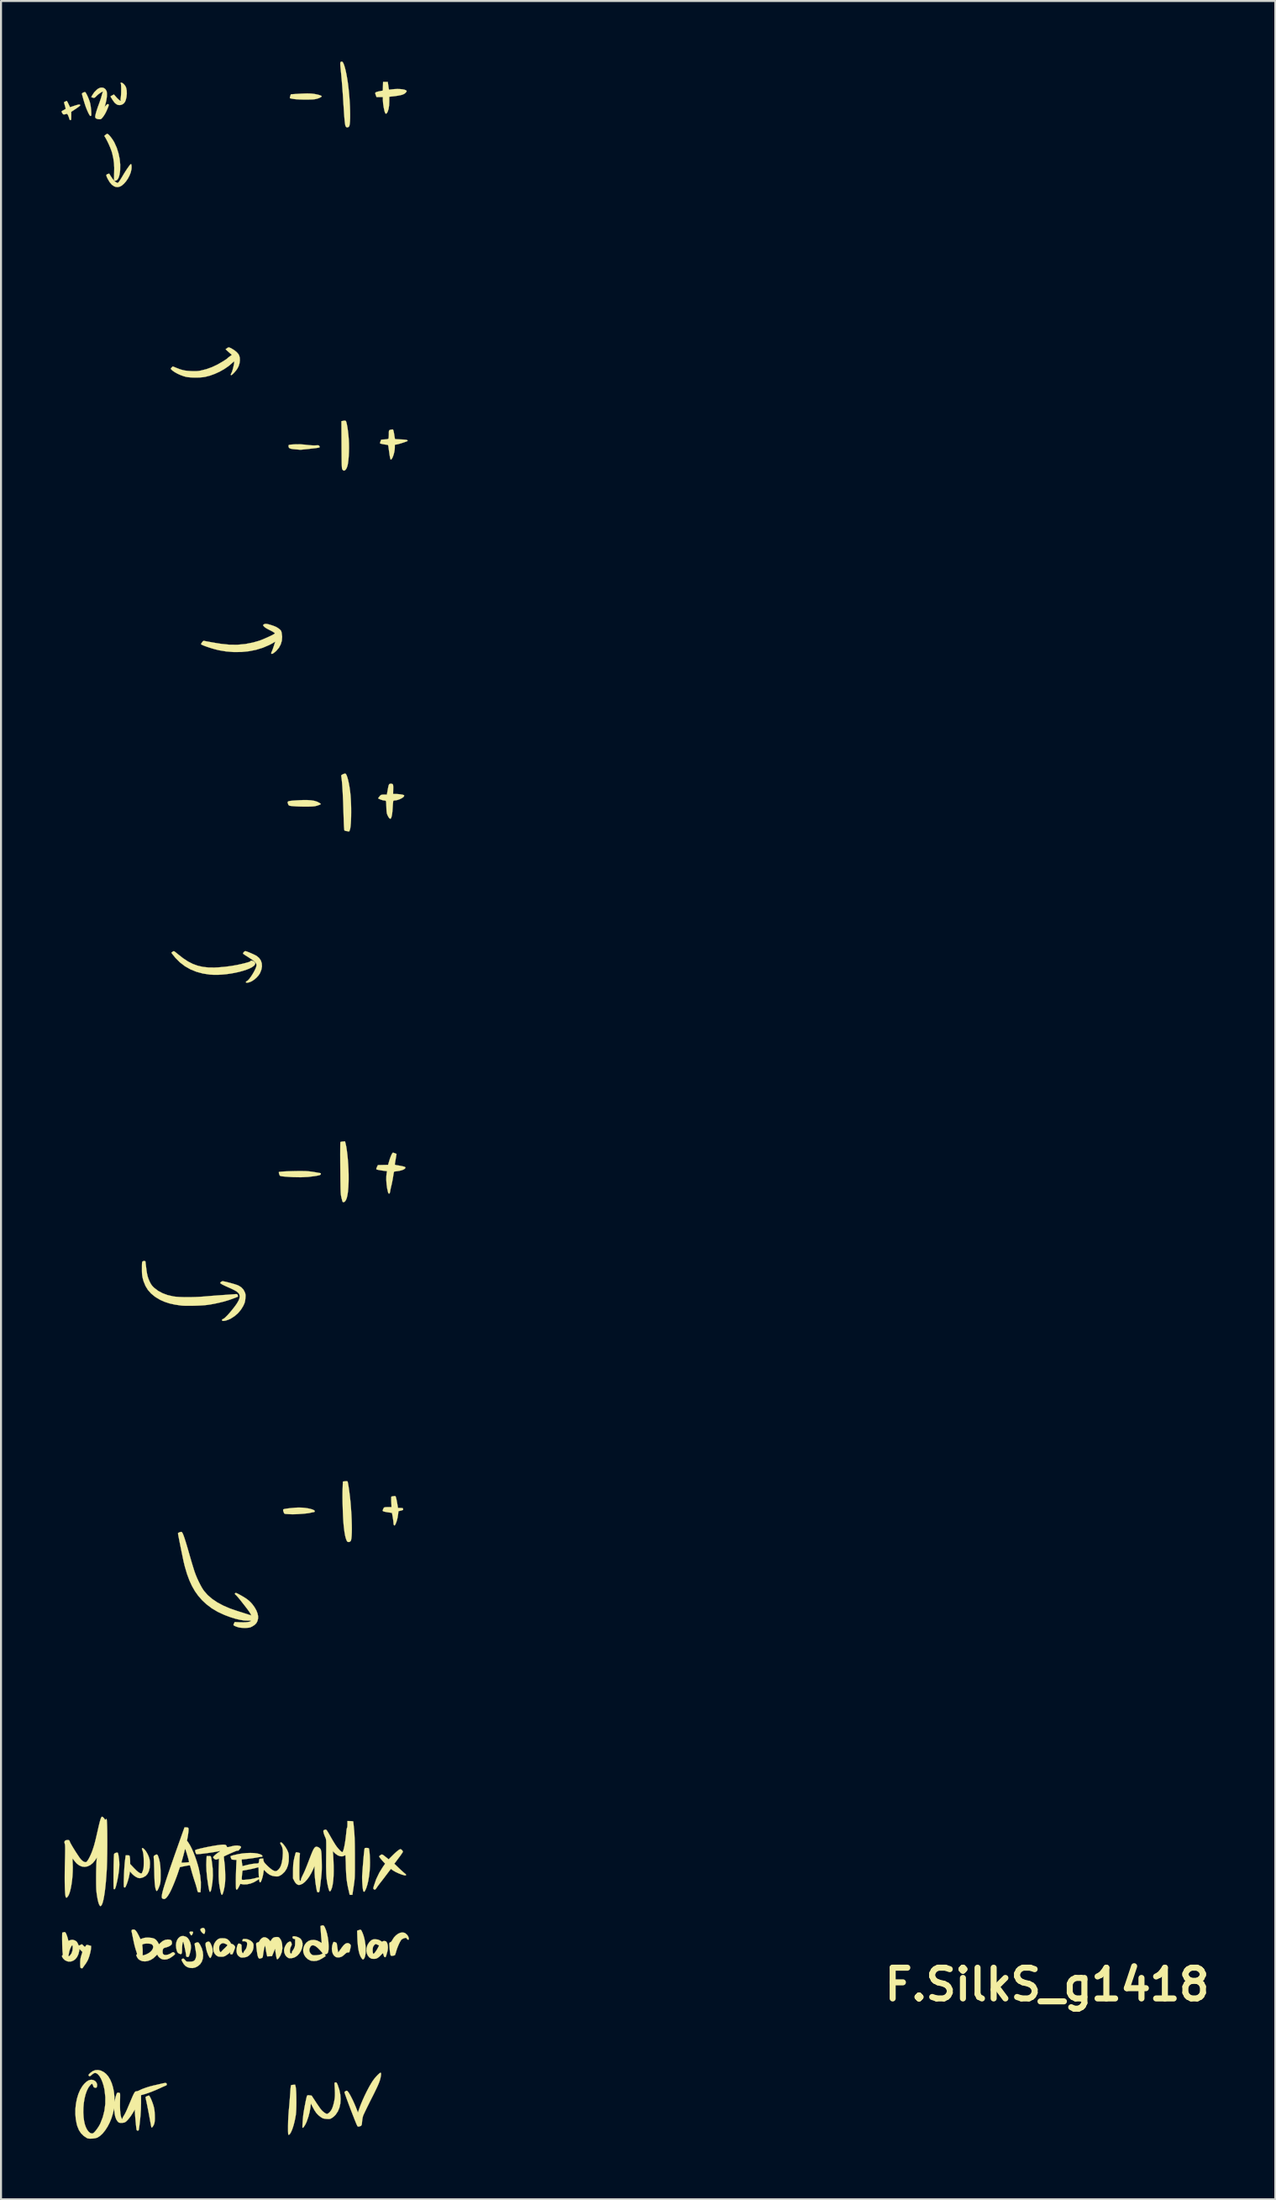
<source format=kicad_pcb>
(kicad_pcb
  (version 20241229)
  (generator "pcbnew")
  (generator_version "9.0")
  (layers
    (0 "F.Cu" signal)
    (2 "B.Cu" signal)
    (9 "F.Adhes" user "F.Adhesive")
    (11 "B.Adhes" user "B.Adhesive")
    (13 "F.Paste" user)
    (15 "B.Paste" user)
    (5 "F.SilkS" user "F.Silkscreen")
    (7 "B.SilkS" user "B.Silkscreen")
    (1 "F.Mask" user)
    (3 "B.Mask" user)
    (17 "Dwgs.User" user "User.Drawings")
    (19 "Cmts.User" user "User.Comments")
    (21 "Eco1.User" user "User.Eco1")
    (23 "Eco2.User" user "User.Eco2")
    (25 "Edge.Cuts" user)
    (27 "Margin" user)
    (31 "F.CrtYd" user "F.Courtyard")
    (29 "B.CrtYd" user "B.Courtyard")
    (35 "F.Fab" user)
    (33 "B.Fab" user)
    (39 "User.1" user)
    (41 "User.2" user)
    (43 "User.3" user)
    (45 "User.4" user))
  (footprint "F.SilkS_g1418"
    (layer "F.Cu")
    (at 48.87 95.318)
    (property "Reference" "F.SilkS_g1418" (at 0 0 0) (layer "F.SilkS") (effects (font (size 1.524 1.524) (thickness 0.3))))
    (attr through_hole)
    (fp_poly (pts (xy -42.385 -2.621) (xy -42.35 -2.61) (xy -42.346 -2.607) (xy -42.347 -2.577) (xy -42.364 -2.529) (xy -42.389 -2.479) (xy -42.415 -2.443) (xy -42.429 -2.435) (xy -42.452 -2.451) (xy -42.482 -2.492) (xy -42.487 -2.5) (xy -42.518 -2.564) (xy -42.52 -2.603) (xy -42.489 -2.621) (xy -42.44 -2.625) (xy -42.385 -2.621)) (stroke (width 0.01) (type solid)) (fill yes) (layer "F.SilkS"))
    (fp_poly (pts (xy -41.823 -2.805) (xy -41.777 -2.771) (xy -41.752 -2.707) (xy -41.752 -2.618) (xy -41.758 -2.584) (xy -41.775 -2.528) (xy -41.801 -2.509) (xy -41.841 -2.525) (xy -41.882 -2.557) (xy -41.932 -2.61) (xy -41.969 -2.667) (xy -41.973 -2.677) (xy -41.986 -2.725) (xy -41.975 -2.754) (xy -41.959 -2.768) (xy -41.885 -2.805) (xy -41.823 -2.805)) (stroke (width 0.01) (type solid)) (fill yes) (layer "F.SilkS"))
    (fp_poly (pts (xy -41.538 -2.116) (xy -41.498 -2.069) (xy -41.466 -2.011) (xy -41.415 -1.89) (xy -41.384 -1.764) (xy -41.373 -1.649) (xy -41.381 -1.578) (xy -41.406 -1.481) (xy -41.436 -1.399) (xy -41.466 -1.341) (xy -41.492 -1.313) (xy -41.497 -1.312) (xy -41.518 -1.33) (xy -41.55 -1.378) (xy -41.587 -1.446) (xy -41.598 -1.468) (xy -41.664 -1.643) (xy -41.707 -1.83) (xy -41.724 -1.934) (xy -41.729 -2.005) (xy -41.722 -2.051) (xy -41.7 -2.082) (xy -41.661 -2.105) (xy -41.634 -2.117) (xy -41.581 -2.13) (xy -41.538 -2.116)) (stroke (width 0.01) (type solid)) (fill yes) (layer "F.SilkS"))
    (fp_poly (pts (xy -34.018 -2.704) (xy -33.991 -2.663) (xy -33.957 -2.591) (xy -33.952 -2.582) (xy -33.899 -2.444) (xy -33.855 -2.289) (xy -33.822 -2.125) (xy -33.799 -1.957) (xy -33.788 -1.792) (xy -33.787 -1.637) (xy -33.799 -1.498) (xy -33.822 -1.382) (xy -33.858 -1.296) (xy -33.887 -1.26) (xy -33.915 -1.241) (xy -33.94 -1.249) (xy -33.968 -1.276) (xy -34.035 -1.372) (xy -34.091 -1.505) (xy -34.135 -1.675) (xy -34.169 -1.885) (xy -34.191 -2.134) (xy -34.199 -2.301) (xy -34.212 -2.666) (xy -34.161 -2.685) (xy -34.093 -2.709) (xy -34.049 -2.718) (xy -34.018 -2.704)) (stroke (width 0.01) (type solid)) (fill yes) (layer "F.SilkS"))
    (fp_poly (pts (xy -41.495 -6.368) (xy -41.474 -6.355) (xy -41.458 -6.325) (xy -41.445 -6.273) (xy -41.431 -6.192) (xy -41.413 -6.075) (xy -41.412 -6.075) (xy -41.374 -5.737) (xy -41.365 -5.398) (xy -41.386 -5.068) (xy -41.435 -4.76) (xy -41.437 -4.752) (xy -41.459 -4.665) (xy -41.479 -4.614) (xy -41.5 -4.594) (xy -41.506 -4.593) (xy -41.52 -4.601) (xy -41.533 -4.626) (xy -41.548 -4.676) (xy -41.564 -4.754) (xy -41.585 -4.865) (xy -41.599 -4.952) (xy -41.651 -5.307) (xy -41.681 -5.629) (xy -41.691 -5.924) (xy -41.686 -6.112) (xy -41.672 -6.371) (xy -41.569 -6.371) (xy -41.526 -6.371) (xy -41.495 -6.368)) (stroke (width 0.01) (type solid)) (fill yes) (layer "F.SilkS"))
    (fp_poly (pts (xy -36.551 -93.733) (xy -36.448 -93.726) (xy -36.335 -93.712) (xy -36.225 -93.691) (xy -36.126 -93.668) (xy -36.045 -93.643) (xy -35.99 -93.618) (xy -35.967 -93.597) (xy -35.967 -93.592) (xy -35.994 -93.563) (xy -36.053 -93.529) (xy -36.132 -93.496) (xy -36.222 -93.468) (xy -36.301 -93.452) (xy -36.39 -93.442) (xy -36.511 -93.436) (xy -36.654 -93.433) (xy -36.808 -93.433) (xy -36.965 -93.435) (xy -37.114 -93.441) (xy -37.244 -93.449) (xy -37.346 -93.46) (xy -37.355 -93.461) (xy -37.437 -93.475) (xy -37.502 -93.489) (xy -37.54 -93.5) (xy -37.545 -93.502) (xy -37.547 -93.529) (xy -37.536 -93.58) (xy -37.528 -93.605) (xy -37.497 -93.694) (xy -37.073 -93.721) (xy -36.865 -93.731) (xy -36.693 -93.736) (xy -36.551 -93.733)) (stroke (width 0.01) (type solid)) (fill yes) (layer "F.SilkS"))
    (fp_poly (pts (xy -46.074 -6.52) (xy -46.056 -6.46) (xy -46.039 -6.363) (xy -46.021 -6.232) (xy -46.006 -6.085) (xy -46.002 -5.946) (xy -46.01 -5.776) (xy -46.031 -5.583) (xy -46.062 -5.376) (xy -46.102 -5.162) (xy -46.151 -4.951) (xy -46.177 -4.852) (xy -46.203 -4.773) (xy -46.227 -4.732) (xy -46.254 -4.723) (xy -46.281 -4.736) (xy -46.285 -4.76) (xy -46.288 -4.821) (xy -46.291 -4.912) (xy -46.292 -5.03) (xy -46.292 -5.168) (xy -46.292 -5.321) (xy -46.291 -5.484) (xy -46.289 -5.65) (xy -46.287 -5.815) (xy -46.284 -5.973) (xy -46.28 -6.119) (xy -46.277 -6.246) (xy -46.272 -6.35) (xy -46.268 -6.426) (xy -46.263 -6.466) (xy -46.262 -6.469) (xy -46.23 -6.506) (xy -46.167 -6.532) (xy -46.09 -6.54) (xy -46.074 -6.52)) (stroke (width 0.01) (type solid)) (fill yes) (layer "F.SilkS"))
    (fp_poly (pts (xy -47.698 -93.803) (xy -47.672 -93.777) (xy -47.637 -93.719) (xy -47.596 -93.638) (xy -47.553 -93.543) (xy -47.512 -93.442) (xy -47.477 -93.344) (xy -47.455 -93.27) (xy -47.435 -93.174) (xy -47.417 -93.054) (xy -47.403 -92.93) (xy -47.399 -92.867) (xy -47.394 -92.763) (xy -47.393 -92.694) (xy -47.397 -92.652) (xy -47.406 -92.629) (xy -47.421 -92.619) (xy -47.443 -92.621) (xy -47.468 -92.646) (xy -47.502 -92.7) (xy -47.539 -92.77) (xy -47.586 -92.872) (xy -47.636 -92.991) (xy -47.679 -93.105) (xy -47.685 -93.124) (xy -47.715 -93.216) (xy -47.748 -93.32) (xy -47.78 -93.428) (xy -47.809 -93.531) (xy -47.834 -93.621) (xy -47.851 -93.688) (xy -47.858 -93.725) (xy -47.858 -93.726) (xy -47.84 -93.75) (xy -47.798 -93.777) (xy -47.748 -93.797) (xy -47.706 -93.804) (xy -47.698 -93.803)) (stroke (width 0.01) (type solid)) (fill yes) (layer "F.SilkS"))
    (fp_poly (pts (xy -34.802 -77.517) (xy -34.77 -77.499) (xy -34.752 -77.461) (xy -34.751 -77.459) (xy -34.721 -77.337) (xy -34.692 -77.182) (xy -34.666 -77.001) (xy -34.644 -76.804) (xy -34.627 -76.6) (xy -34.626 -76.588) (xy -34.617 -76.387) (xy -34.614 -76.175) (xy -34.618 -75.962) (xy -34.628 -75.756) (xy -34.644 -75.567) (xy -34.665 -75.405) (xy -34.683 -75.309) (xy -34.718 -75.196) (xy -34.761 -75.112) (xy -34.809 -75.059) (xy -34.859 -75.039) (xy -34.908 -75.057) (xy -34.94 -75.093) (xy -34.949 -75.108) (xy -34.955 -75.128) (xy -34.961 -75.157) (xy -34.966 -75.198) (xy -34.97 -75.255) (xy -34.973 -75.331) (xy -34.976 -75.429) (xy -34.978 -75.553) (xy -34.98 -75.706) (xy -34.981 -75.892) (xy -34.983 -76.114) (xy -34.984 -76.32) (xy -34.99 -77.49) (xy -34.942 -77.501) (xy -34.856 -77.517) (xy -34.802 -77.517)) (stroke (width 0.01) (type solid)) (fill yes) (layer "F.SilkS"))
    (fp_poly (pts (xy -44.109 -6.422) (xy -44.079 -6.361) (xy -44.071 -6.339) (xy -44.026 -6.197) (xy -43.993 -6.042) (xy -43.97 -5.866) (xy -43.959 -5.661) (xy -43.956 -5.44) (xy -43.957 -5.299) (xy -43.959 -5.192) (xy -43.963 -5.111) (xy -43.97 -5.047) (xy -43.981 -4.993) (xy -43.996 -4.939) (xy -44.011 -4.894) (xy -44.056 -4.778) (xy -44.097 -4.694) (xy -44.132 -4.646) (xy -44.153 -4.636) (xy -44.171 -4.654) (xy -44.191 -4.698) (xy -44.193 -4.704) (xy -44.212 -4.775) (xy -44.228 -4.856) (xy -44.241 -4.954) (xy -44.251 -5.073) (xy -44.258 -5.22) (xy -44.265 -5.399) (xy -44.269 -5.577) (xy -44.272 -5.733) (xy -44.277 -5.881) (xy -44.281 -6.015) (xy -44.286 -6.126) (xy -44.29 -6.208) (xy -44.294 -6.247) (xy -44.3 -6.316) (xy -44.296 -6.357) (xy -44.28 -6.382) (xy -44.257 -6.398) (xy -44.188 -6.437) (xy -44.142 -6.446) (xy -44.109 -6.422)) (stroke (width 0.01) (type solid)) (fill yes) (layer "F.SilkS"))
    (fp_poly (pts (xy -36.489 -58.698) (xy -36.331 -58.672) (xy -36.203 -58.632) (xy -36.148 -58.606) (xy -36.082 -58.569) (xy -36.033 -58.536) (xy -36.011 -58.516) (xy -36.011 -58.515) (xy -36.027 -58.5) (xy -36.074 -58.477) (xy -36.144 -58.451) (xy -36.169 -58.442) (xy -36.239 -58.422) (xy -36.306 -58.407) (xy -36.378 -58.398) (xy -36.467 -58.391) (xy -36.583 -58.388) (xy -36.671 -58.386) (xy -36.814 -58.386) (xy -36.966 -58.388) (xy -37.114 -58.392) (xy -37.239 -58.398) (xy -37.264 -58.4) (xy -37.391 -58.409) (xy -37.482 -58.418) (xy -37.545 -58.428) (xy -37.585 -58.442) (xy -37.609 -58.46) (xy -37.624 -58.486) (xy -37.632 -58.508) (xy -37.649 -58.556) (xy -37.657 -58.593) (xy -37.653 -58.621) (xy -37.632 -58.642) (xy -37.59 -58.658) (xy -37.522 -58.67) (xy -37.425 -58.68) (xy -37.292 -58.69) (xy -37.167 -58.698) (xy -36.904 -58.711) (xy -36.679 -58.711) (xy -36.489 -58.698)) (stroke (width 0.01) (type solid)) (fill yes) (layer "F.SilkS"))
    (fp_poly (pts (xy -33.68 -6.768) (xy -33.638 -6.755) (xy -33.627 -6.745) (xy -33.614 -6.688) (xy -33.602 -6.598) (xy -33.591 -6.481) (xy -33.583 -6.347) (xy -33.577 -6.202) (xy -33.574 -6.056) (xy -33.576 -5.917) (xy -33.577 -5.863) (xy -33.592 -5.617) (xy -33.619 -5.38) (xy -33.656 -5.158) (xy -33.702 -4.958) (xy -33.756 -4.788) (xy -33.805 -4.674) (xy -33.841 -4.615) (xy -33.871 -4.596) (xy -33.896 -4.618) (xy -33.909 -4.646) (xy -33.921 -4.698) (xy -33.933 -4.783) (xy -33.944 -4.89) (xy -33.953 -5.011) (xy -33.96 -5.136) (xy -33.964 -5.254) (xy -33.964 -5.357) (xy -33.961 -5.407) (xy -33.946 -5.624) (xy -33.931 -5.834) (xy -33.915 -6.033) (xy -33.899 -6.215) (xy -33.885 -6.378) (xy -33.871 -6.517) (xy -33.858 -6.629) (xy -33.848 -6.708) (xy -33.839 -6.751) (xy -33.836 -6.757) (xy -33.796 -6.77) (xy -33.738 -6.773) (xy -33.68 -6.768)) (stroke (width 0.01) (type solid)) (fill yes) (layer "F.SilkS"))
    (fp_poly (pts (xy -46.564 -91.719) (xy -46.513 -91.673) (xy -46.452 -91.604) (xy -46.387 -91.521) (xy -46.323 -91.429) (xy -46.266 -91.336) (xy -46.246 -91.298) (xy -46.132 -91.045) (xy -46.046 -90.773) (xy -45.987 -90.493) (xy -45.959 -90.214) (xy -45.962 -89.946) (xy -45.973 -89.843) (xy -45.997 -89.699) (xy -46.027 -89.589) (xy -46.067 -89.506) (xy -46.106 -89.456) (xy -46.155 -89.422) (xy -46.208 -89.408) (xy -46.25 -89.419) (xy -46.26 -89.429) (xy -46.264 -89.457) (xy -46.265 -89.519) (xy -46.264 -89.608) (xy -46.262 -89.717) (xy -46.259 -89.795) (xy -46.255 -90.051) (xy -46.268 -90.283) (xy -46.299 -90.51) (xy -46.351 -90.747) (xy -46.366 -90.805) (xy -46.404 -90.921) (xy -46.458 -91.061) (xy -46.523 -91.212) (xy -46.594 -91.361) (xy -46.666 -91.497) (xy -46.698 -91.552) (xy -46.747 -91.632) (xy -46.687 -91.684) (xy -46.641 -91.719) (xy -46.603 -91.736) (xy -46.599 -91.736) (xy -46.564 -91.719)) (stroke (width 0.01) (type solid)) (fill yes) (layer "F.SilkS"))
    (fp_poly (pts (xy -44.513 5.522) (xy -44.481 5.574) (xy -44.443 5.65) (xy -44.402 5.744) (xy -44.362 5.848) (xy -44.325 5.954) (xy -44.311 6.001) (xy -44.283 6.106) (xy -44.264 6.21) (xy -44.252 6.327) (xy -44.244 6.471) (xy -44.241 6.634) (xy -44.247 6.763) (xy -44.262 6.866) (xy -44.29 6.949) (xy -44.329 7.021) (xy -44.33 7.022) (xy -44.371 7.075) (xy -44.399 7.089) (xy -44.416 7.066) (xy -44.416 7.064) (xy -44.422 7.037) (xy -44.434 6.974) (xy -44.452 6.881) (xy -44.474 6.766) (xy -44.498 6.634) (xy -44.513 6.551) (xy -44.542 6.396) (xy -44.572 6.238) (xy -44.601 6.089) (xy -44.627 5.958) (xy -44.648 5.856) (xy -44.653 5.832) (xy -44.674 5.737) (xy -44.69 5.658) (xy -44.701 5.603) (xy -44.704 5.582) (xy -44.686 5.564) (xy -44.644 5.541) (xy -44.593 5.519) (xy -44.547 5.505) (xy -44.534 5.503) (xy -44.513 5.522)) (stroke (width 0.01) (type solid)) (fill yes) (layer "F.SilkS"))
    (fp_poly (pts (xy -36.94 -23.638) (xy -36.796 -23.625) (xy -36.66 -23.605) (xy -36.538 -23.579) (xy -36.437 -23.55) (xy -36.361 -23.517) (xy -36.319 -23.483) (xy -36.311 -23.463) (xy -36.324 -23.43) (xy -36.368 -23.415) (xy -36.375 -23.414) (xy -36.43 -23.405) (xy -36.507 -23.389) (xy -36.565 -23.375) (xy -36.625 -23.364) (xy -36.718 -23.353) (xy -36.834 -23.341) (xy -36.963 -23.33) (xy -37.097 -23.321) (xy -37.226 -23.314) (xy -37.339 -23.31) (xy -37.428 -23.309) (xy -37.454 -23.31) (xy -37.508 -23.312) (xy -37.587 -23.316) (xy -37.669 -23.32) (xy -37.749 -23.325) (xy -37.796 -23.333) (xy -37.823 -23.348) (xy -37.839 -23.374) (xy -37.843 -23.385) (xy -37.873 -23.468) (xy -37.882 -23.521) (xy -37.87 -23.552) (xy -37.842 -23.565) (xy -37.765 -23.581) (xy -37.656 -23.597) (xy -37.529 -23.612) (xy -37.394 -23.625) (xy -37.263 -23.636) (xy -37.147 -23.642) (xy -37.086 -23.643) (xy -36.94 -23.638)) (stroke (width 0.01) (type solid)) (fill yes) (layer "F.SilkS"))
    (fp_poly (pts (xy -34.702 -24.945) (xy -34.689 -24.94) (xy -34.678 -24.911) (xy -34.664 -24.845) (xy -34.647 -24.75) (xy -34.628 -24.632) (xy -34.608 -24.495) (xy -34.589 -24.346) (xy -34.57 -24.192) (xy -34.553 -24.039) (xy -34.538 -23.892) (xy -34.534 -23.844) (xy -34.512 -23.563) (xy -34.495 -23.293) (xy -34.483 -23.039) (xy -34.476 -22.804) (xy -34.473 -22.591) (xy -34.476 -22.404) (xy -34.483 -22.245) (xy -34.495 -22.119) (xy -34.512 -22.029) (xy -34.531 -21.982) (xy -34.582 -21.942) (xy -34.627 -21.933) (xy -34.674 -21.939) (xy -34.706 -21.965) (xy -34.732 -22.009) (xy -34.772 -22.113) (xy -34.808 -22.256) (xy -34.84 -22.439) (xy -34.868 -22.663) (xy -34.883 -22.807) (xy -34.897 -22.989) (xy -34.909 -23.203) (xy -34.919 -23.437) (xy -34.927 -23.682) (xy -34.933 -23.925) (xy -34.936 -24.158) (xy -34.935 -24.368) (xy -34.932 -24.525) (xy -34.918 -24.93) (xy -34.813 -24.944) (xy -34.748 -24.948) (xy -34.702 -24.945)) (stroke (width 0.01) (type solid)) (fill yes) (layer "F.SilkS"))
    (fp_poly (pts (xy -45.415 -90.227) (xy -45.401 -90.185) (xy -45.395 -90.118) (xy -45.397 -90.033) (xy -45.404 -89.97) (xy -45.438 -89.821) (xy -45.498 -89.668) (xy -45.577 -89.518) (xy -45.671 -89.38) (xy -45.774 -89.262) (xy -45.88 -89.171) (xy -45.966 -89.123) (xy -46.076 -89.094) (xy -46.182 -89.103) (xy -46.265 -89.135) (xy -46.374 -89.212) (xy -46.476 -89.329) (xy -46.571 -89.487) (xy -46.578 -89.501) (xy -46.622 -89.592) (xy -46.644 -89.655) (xy -46.645 -89.696) (xy -46.625 -89.721) (xy -46.583 -89.74) (xy -46.579 -89.741) (xy -46.506 -89.763) (xy -46.428 -89.636) (xy -46.341 -89.508) (xy -46.256 -89.408) (xy -46.177 -89.339) (xy -46.107 -89.305) (xy -46.082 -89.302) (xy -46.055 -89.321) (xy -46.011 -89.375) (xy -45.952 -89.462) (xy -45.879 -89.579) (xy -45.824 -89.673) (xy -45.761 -89.778) (xy -45.693 -89.886) (xy -45.624 -89.99) (xy -45.559 -90.083) (xy -45.503 -90.16) (xy -45.46 -90.213) (xy -45.436 -90.234) (xy -45.415 -90.227)) (stroke (width 0.01) (type solid)) (fill yes) (layer "F.SilkS"))
    (fp_poly (pts (xy -37.256 5.091) (xy -37.246 5.16) (xy -37.238 5.264) (xy -37.231 5.396) (xy -37.227 5.546) (xy -37.225 5.708) (xy -37.224 5.873) (xy -37.226 6.035) (xy -37.23 6.184) (xy -37.237 6.315) (xy -37.246 6.418) (xy -37.249 6.445) (xy -37.278 6.618) (xy -37.314 6.788) (xy -37.355 6.949) (xy -37.4 7.096) (xy -37.447 7.224) (xy -37.495 7.328) (xy -37.54 7.403) (xy -37.583 7.444) (xy -37.604 7.451) (xy -37.619 7.442) (xy -37.629 7.41) (xy -37.634 7.349) (xy -37.637 7.265) (xy -37.637 7) (xy -37.632 6.756) (xy -37.62 6.514) (xy -37.601 6.255) (xy -37.592 6.16) (xy -37.577 5.996) (xy -37.562 5.817) (xy -37.548 5.637) (xy -37.536 5.472) (xy -37.528 5.366) (xy -37.52 5.246) (xy -37.511 5.142) (xy -37.502 5.06) (xy -37.495 5.008) (xy -37.49 4.992) (xy -37.462 4.982) (xy -37.407 4.973) (xy -37.38 4.971) (xy -37.285 4.964) (xy -37.256 5.091)) (stroke (width 0.01) (type solid)) (fill yes) (layer "F.SilkS"))
    (fp_poly (pts (xy -37.032 -76.345) (xy -36.833 -76.33) (xy -36.696 -76.314) (xy -36.56 -76.3) (xy -36.426 -76.291) (xy -36.311 -76.289) (xy -36.274 -76.291) (xy -36.19 -76.295) (xy -36.137 -76.294) (xy -36.108 -76.285) (xy -36.091 -76.267) (xy -36.089 -76.263) (xy -36.076 -76.238) (xy -36.068 -76.219) (xy -36.07 -76.203) (xy -36.087 -76.19) (xy -36.122 -76.179) (xy -36.181 -76.168) (xy -36.266 -76.156) (xy -36.383 -76.142) (xy -36.536 -76.125) (xy -36.618 -76.115) (xy -36.742 -76.102) (xy -36.853 -76.091) (xy -36.943 -76.082) (xy -37.006 -76.077) (xy -37.031 -76.076) (xy -37.071 -76.079) (xy -37.14 -76.085) (xy -37.226 -76.092) (xy -37.253 -76.094) (xy -37.386 -76.107) (xy -37.482 -76.122) (xy -37.547 -76.143) (xy -37.587 -76.171) (xy -37.607 -76.21) (xy -37.613 -76.263) (xy -37.613 -76.27) (xy -37.611 -76.295) (xy -37.598 -76.311) (xy -37.566 -76.321) (xy -37.506 -76.329) (xy -37.439 -76.334) (xy -37.226 -76.346) (xy -37.032 -76.345)) (stroke (width 0.01) (type solid)) (fill yes) (layer "F.SilkS"))
    (fp_poly (pts (xy -36.907 -40.322) (xy -36.771 -40.319) (xy -36.653 -40.312) (xy -36.542 -40.301) (xy -36.425 -40.286) (xy -36.336 -40.271) (xy -36.226 -40.253) (xy -36.132 -40.236) (xy -36.061 -40.223) (xy -36.02 -40.214) (xy -36.014 -40.212) (xy -36.012 -40.188) (xy -36.017 -40.162) (xy -36.027 -40.144) (xy -36.049 -40.129) (xy -36.091 -40.114) (xy -36.158 -40.099) (xy -36.257 -40.081) (xy -36.318 -40.071) (xy -36.642 -40.031) (xy -37 -40.014) (xy -37.391 -40.021) (xy -37.518 -40.028) (xy -37.64 -40.036) (xy -37.755 -40.045) (xy -37.854 -40.053) (xy -37.926 -40.061) (xy -37.941 -40.063) (xy -38.005 -40.075) (xy -38.04 -40.093) (xy -38.062 -40.129) (xy -38.076 -40.17) (xy -38.091 -40.228) (xy -38.095 -40.266) (xy -38.092 -40.274) (xy -38.065 -40.281) (xy -38.001 -40.289) (xy -37.906 -40.297) (xy -37.786 -40.304) (xy -37.648 -40.31) (xy -37.497 -40.315) (xy -37.338 -40.319) (xy -37.178 -40.322) (xy -37.073 -40.322) (xy -36.907 -40.322)) (stroke (width 0.01) (type solid)) (fill yes) (layer "F.SilkS"))
    (fp_poly (pts (xy -34.929 -95.293) (xy -34.893 -95.233) (xy -34.855 -95.137) (xy -34.816 -95.008) (xy -34.776 -94.848) (xy -34.737 -94.661) (xy -34.7 -94.449) (xy -34.694 -94.414) (xy -34.664 -94.21) (xy -34.638 -93.993) (xy -34.615 -93.768) (xy -34.595 -93.54) (xy -34.58 -93.314) (xy -34.568 -93.093) (xy -34.561 -92.882) (xy -34.558 -92.686) (xy -34.559 -92.51) (xy -34.565 -92.359) (xy -34.576 -92.236) (xy -34.592 -92.147) (xy -34.61 -92.1) (xy -34.658 -92.061) (xy -34.698 -92.054) (xy -34.745 -92.063) (xy -34.775 -92.099) (xy -34.786 -92.123) (xy -34.798 -92.16) (xy -34.809 -92.218) (xy -34.82 -92.299) (xy -34.832 -92.408) (xy -34.844 -92.546) (xy -34.857 -92.717) (xy -34.871 -92.923) (xy -34.887 -93.167) (xy -34.894 -93.281) (xy -34.919 -93.67) (xy -34.945 -94.026) (xy -34.972 -94.359) (xy -35.001 -94.678) (xy -35.023 -94.907) (xy -35.037 -95.047) (xy -35.046 -95.15) (xy -35.048 -95.223) (xy -35.043 -95.27) (xy -35.029 -95.297) (xy -35.007 -95.309) (xy -34.975 -95.313) (xy -34.961 -95.313) (xy -34.929 -95.293)) (stroke (width 0.01) (type solid)) (fill yes) (layer "F.SilkS"))
    (fp_poly (pts (xy -35.339 -2.11) (xy -35.289 -2.094) (xy -35.248 -2.074) (xy -35.225 -2.043) (xy -35.213 -1.987) (xy -35.211 -1.972) (xy -35.2 -1.897) (xy -35.187 -1.803) (xy -35.176 -1.73) (xy -35.154 -1.587) (xy -35.108 -1.644) (xy -35.074 -1.69) (xy -35.025 -1.757) (xy -34.973 -1.832) (xy -34.967 -1.84) (xy -34.878 -1.95) (xy -34.792 -2.023) (xy -34.709 -2.055) (xy -34.633 -2.047) (xy -34.575 -2.01) (xy -34.546 -1.98) (xy -34.53 -1.951) (xy -34.526 -1.913) (xy -34.534 -1.856) (xy -34.553 -1.77) (xy -34.56 -1.741) (xy -34.579 -1.662) (xy -34.595 -1.616) (xy -34.612 -1.595) (xy -34.637 -1.59) (xy -34.662 -1.591) (xy -34.708 -1.587) (xy -34.753 -1.564) (xy -34.811 -1.514) (xy -34.821 -1.506) (xy -34.881 -1.451) (xy -34.94 -1.405) (xy -34.972 -1.384) (xy -35.063 -1.353) (xy -35.161 -1.343) (xy -35.249 -1.356) (xy -35.275 -1.367) (xy -35.358 -1.433) (xy -35.418 -1.528) (xy -35.454 -1.646) (xy -35.465 -1.78) (xy -35.449 -1.922) (xy -35.419 -2.027) (xy -35.396 -2.085) (xy -35.374 -2.111) (xy -35.339 -2.11)) (stroke (width 0.01) (type solid)) (fill yes) (layer "F.SilkS"))
    (fp_poly (pts (xy -42.697 -2.368) (xy -42.607 -2.301) (xy -42.538 -2.199) (xy -42.536 -2.195) (xy -42.485 -2.074) (xy -42.457 -1.959) (xy -42.45 -1.841) (xy -42.466 -1.709) (xy -42.502 -1.553) (xy -42.52 -1.494) (xy -42.544 -1.42) (xy -42.565 -1.38) (xy -42.592 -1.365) (xy -42.633 -1.368) (xy -42.646 -1.37) (xy -42.678 -1.384) (xy -42.691 -1.417) (xy -42.693 -1.458) (xy -42.697 -1.499) (xy -42.709 -1.57) (xy -42.726 -1.66) (xy -42.746 -1.761) (xy -42.768 -1.864) (xy -42.789 -1.959) (xy -42.808 -2.039) (xy -42.824 -2.094) (xy -42.832 -2.114) (xy -42.848 -2.11) (xy -42.863 -2.071) (xy -42.876 -2.003) (xy -42.886 -1.914) (xy -42.892 -1.811) (xy -42.892 -1.77) (xy -42.895 -1.652) (xy -42.903 -1.573) (xy -42.92 -1.526) (xy -42.947 -1.508) (xy -42.988 -1.513) (xy -43.036 -1.533) (xy -43.086 -1.563) (xy -43.123 -1.605) (xy -43.15 -1.667) (xy -43.173 -1.757) (xy -43.183 -1.808) (xy -43.195 -1.949) (xy -43.18 -2.081) (xy -43.141 -2.197) (xy -43.081 -2.293) (xy -43.004 -2.362) (xy -42.913 -2.401) (xy -42.814 -2.404) (xy -42.697 -2.368)) (stroke (width 0.01) (type solid)) (fill yes) (layer "F.SilkS"))
    (fp_poly (pts (xy -34.785 -41.689) (xy -34.752 -41.539) (xy -34.723 -41.353) (xy -34.696 -41.14) (xy -34.673 -40.907) (xy -34.655 -40.661) (xy -34.642 -40.411) (xy -34.634 -40.163) (xy -34.633 -39.925) (xy -34.636 -39.772) (xy -34.647 -39.52) (xy -34.665 -39.308) (xy -34.691 -39.134) (xy -34.723 -38.995) (xy -34.764 -38.89) (xy -34.812 -38.816) (xy -34.813 -38.815) (xy -34.856 -38.785) (xy -34.901 -38.779) (xy -34.933 -38.797) (xy -34.936 -38.804) (xy -34.945 -38.835) (xy -34.961 -38.897) (xy -34.982 -38.977) (xy -34.99 -39.01) (xy -34.999 -39.05) (xy -35.007 -39.089) (xy -35.014 -39.133) (xy -35.019 -39.185) (xy -35.024 -39.248) (xy -35.028 -39.326) (xy -35.032 -39.422) (xy -35.035 -39.54) (xy -35.037 -39.685) (xy -35.04 -39.858) (xy -35.042 -40.065) (xy -35.044 -40.308) (xy -35.046 -40.467) (xy -35.048 -40.711) (xy -35.049 -40.938) (xy -35.05 -41.143) (xy -35.049 -41.325) (xy -35.048 -41.479) (xy -35.047 -41.603) (xy -35.045 -41.694) (xy -35.042 -41.747) (xy -35.039 -41.761) (xy -35.008 -41.773) (xy -34.951 -41.783) (xy -34.916 -41.786) (xy -34.812 -41.794) (xy -34.785 -41.689)) (stroke (width 0.01) (type solid)) (fill yes) (layer "F.SilkS"))
    (fp_poly (pts (xy -45.864 -94.261) (xy -45.81 -94.225) (xy -45.754 -94.17) (xy -45.705 -94.103) (xy -45.67 -94.03) (xy -45.667 -94.023) (xy -45.638 -93.883) (xy -45.632 -93.724) (xy -45.648 -93.56) (xy -45.685 -93.408) (xy -45.722 -93.319) (xy -45.784 -93.24) (xy -45.869 -93.185) (xy -45.965 -93.159) (xy -46.063 -93.165) (xy -46.133 -93.194) (xy -46.192 -93.238) (xy -46.242 -93.284) (xy -46.272 -93.323) (xy -46.313 -93.38) (xy -46.357 -93.446) (xy -46.397 -93.509) (xy -46.427 -93.559) (xy -46.44 -93.586) (xy -46.44 -93.587) (xy -46.423 -93.602) (xy -46.38 -93.628) (xy -46.355 -93.641) (xy -46.27 -93.685) (xy -46.202 -93.605) (xy -46.118 -93.511) (xy -46.042 -93.437) (xy -45.982 -93.387) (xy -45.94 -93.367) (xy -45.936 -93.366) (xy -45.914 -93.372) (xy -45.926 -93.383) (xy -45.94 -93.405) (xy -45.941 -93.45) (xy -45.931 -93.526) (xy -45.923 -93.599) (xy -45.916 -93.692) (xy -45.912 -93.798) (xy -45.911 -93.907) (xy -45.911 -94.013) (xy -45.914 -94.106) (xy -45.919 -94.179) (xy -45.926 -94.224) (xy -45.933 -94.234) (xy -45.946 -94.247) (xy -45.942 -94.255) (xy -45.911 -94.273) (xy -45.864 -94.261)) (stroke (width 0.01) (type solid)) (fill yes) (layer "F.SilkS"))
    (fp_poly (pts (xy -43.275 -51.21) (xy -43.225 -51.174) (xy -43.158 -51.122) (xy -43.085 -51.061) (xy -42.838 -50.868) (xy -42.599 -50.711) (xy -42.36 -50.589) (xy -42.115 -50.5) (xy -41.858 -50.442) (xy -41.582 -50.412) (xy -41.281 -50.409) (xy -41.095 -50.418) (xy -40.762 -50.447) (xy -40.454 -50.487) (xy -40.156 -50.539) (xy -39.851 -50.608) (xy -39.746 -50.635) (xy -39.628 -50.668) (xy -39.549 -50.694) (xy -39.506 -50.716) (xy -39.497 -50.73) (xy -39.487 -50.75) (xy -39.45 -50.751) (xy -39.428 -50.747) (xy -39.335 -50.716) (xy -39.281 -50.67) (xy -39.264 -50.611) (xy -39.285 -50.547) (xy -39.343 -50.484) (xy -39.436 -50.42) (xy -39.558 -50.359) (xy -39.706 -50.3) (xy -39.876 -50.245) (xy -40.063 -50.194) (xy -40.263 -50.15) (xy -40.472 -50.112) (xy -40.687 -50.082) (xy -40.901 -50.061) (xy -41.113 -50.049) (xy -41.316 -50.049) (xy -41.508 -50.06) (xy -41.854 -50.112) (xy -42.176 -50.198) (xy -42.473 -50.318) (xy -42.746 -50.473) (xy -42.994 -50.662) (xy -43.218 -50.886) (xy -43.336 -51.03) (xy -43.422 -51.144) (xy -43.373 -51.184) (xy -43.33 -51.212) (xy -43.299 -51.223) (xy -43.275 -51.21)) (stroke (width 0.01) (type solid)) (fill yes) (layer "F.SilkS"))
    (fp_poly (pts (xy -34.792 -60.023) (xy -34.759 -59.99) (xy -34.725 -59.92) (xy -34.689 -59.817) (xy -34.654 -59.685) (xy -34.62 -59.529) (xy -34.589 -59.354) (xy -34.562 -59.163) (xy -34.554 -59.094) (xy -34.536 -58.917) (xy -34.523 -58.724) (xy -34.514 -58.521) (xy -34.508 -58.314) (xy -34.507 -58.108) (xy -34.509 -57.91) (xy -34.515 -57.724) (xy -34.524 -57.557) (xy -34.537 -57.415) (xy -34.553 -57.303) (xy -34.573 -57.227) (xy -34.575 -57.222) (xy -34.596 -57.176) (xy -34.61 -57.153) (xy -34.612 -57.153) (xy -34.635 -57.157) (xy -34.685 -57.165) (xy -34.719 -57.17) (xy -34.783 -57.182) (xy -34.83 -57.199) (xy -34.841 -57.206) (xy -34.848 -57.234) (xy -34.855 -57.301) (xy -34.863 -57.407) (xy -34.87 -57.548) (xy -34.876 -57.722) (xy -34.883 -57.926) (xy -34.884 -57.957) (xy -34.894 -58.297) (xy -34.905 -58.612) (xy -34.918 -58.9) (xy -34.931 -59.158) (xy -34.945 -59.384) (xy -34.96 -59.576) (xy -34.976 -59.732) (xy -34.991 -59.849) (xy -35 -59.896) (xy -35 -59.929) (xy -34.977 -59.956) (xy -34.923 -59.987) (xy -34.917 -59.99) (xy -34.856 -60.014) (xy -34.807 -60.024) (xy -34.792 -60.023)) (stroke (width 0.01) (type solid)) (fill yes) (layer "F.SilkS"))
    (fp_poly (pts (xy -42.09 -2.088) (xy -42.064 -2.064) (xy -42.027 -2.015) (xy -41.995 -1.964) (xy -41.913 -1.791) (xy -41.864 -1.616) (xy -41.847 -1.445) (xy -41.863 -1.284) (xy -41.911 -1.138) (xy -41.992 -1.013) (xy -41.995 -1.01) (xy -42.106 -0.912) (xy -42.234 -0.846) (xy -42.371 -0.816) (xy -42.503 -0.824) (xy -42.623 -0.86) (xy -42.72 -0.918) (xy -42.802 -1.005) (xy -42.876 -1.127) (xy -42.884 -1.142) (xy -42.911 -1.198) (xy -42.919 -1.23) (xy -42.909 -1.25) (xy -42.893 -1.263) (xy -42.852 -1.286) (xy -42.818 -1.284) (xy -42.779 -1.252) (xy -42.743 -1.212) (xy -42.707 -1.171) (xy -42.677 -1.148) (xy -42.638 -1.136) (xy -42.578 -1.133) (xy -42.517 -1.132) (xy -42.403 -1.139) (xy -42.322 -1.161) (xy -42.266 -1.204) (xy -42.228 -1.274) (xy -42.208 -1.339) (xy -42.196 -1.392) (xy -42.189 -1.44) (xy -42.19 -1.493) (xy -42.197 -1.562) (xy -42.212 -1.657) (xy -42.224 -1.729) (xy -42.241 -1.833) (xy -42.256 -1.922) (xy -42.266 -1.988) (xy -42.27 -2.023) (xy -42.27 -2.025) (xy -42.252 -2.047) (xy -42.207 -2.069) (xy -42.153 -2.086) (xy -42.105 -2.091) (xy -42.09 -2.088)) (stroke (width 0.01) (type solid)) (fill yes) (layer "F.SilkS"))
    (fp_poly (pts (xy -39.716 -51.215) (xy -39.647 -51.191) (xy -39.559 -51.156) (xy -39.461 -51.115) (xy -39.363 -51.071) (xy -39.275 -51.029) (xy -39.205 -50.991) (xy -39.184 -50.978) (xy -39.067 -50.878) (xy -38.985 -50.757) (xy -38.94 -50.618) (xy -38.93 -50.466) (xy -38.959 -50.305) (xy -39.025 -50.137) (xy -39.026 -50.134) (xy -39.097 -50.024) (xy -39.197 -49.913) (xy -39.312 -49.812) (xy -39.43 -49.735) (xy -39.458 -49.72) (xy -39.549 -49.683) (xy -39.629 -49.662) (xy -39.69 -49.658) (xy -39.725 -49.671) (xy -39.73 -49.685) (xy -39.713 -49.714) (xy -39.677 -49.738) (xy -39.625 -49.776) (xy -39.561 -49.846) (xy -39.49 -49.939) (xy -39.418 -50.047) (xy -39.349 -50.162) (xy -39.288 -50.276) (xy -39.24 -50.381) (xy -39.209 -50.469) (xy -39.201 -50.523) (xy -39.208 -50.579) (xy -39.234 -50.633) (xy -39.283 -50.691) (xy -39.357 -50.755) (xy -39.461 -50.829) (xy -39.599 -50.918) (xy -39.609 -50.924) (xy -39.7 -50.982) (xy -39.778 -51.033) (xy -39.836 -51.072) (xy -39.866 -51.096) (xy -39.869 -51.099) (xy -39.865 -51.127) (xy -39.838 -51.166) (xy -39.801 -51.203) (xy -39.765 -51.222) (xy -39.758 -51.223) (xy -39.716 -51.215)) (stroke (width 0.01) (type solid)) (fill yes) (layer "F.SilkS"))
    (fp_poly (pts (xy -32.665 -94.119) (xy -32.653 -94.035) (xy -32.642 -93.969) (xy -32.634 -93.93) (xy -32.633 -93.924) (xy -32.61 -93.924) (xy -32.558 -93.929) (xy -32.49 -93.938) (xy -32.35 -93.953) (xy -32.21 -93.958) (xy -32.077 -93.954) (xy -31.959 -93.941) (xy -31.861 -93.921) (xy -31.792 -93.894) (xy -31.756 -93.861) (xy -31.755 -93.858) (xy -31.764 -93.828) (xy -31.795 -93.784) (xy -31.817 -93.76) (xy -31.871 -93.719) (xy -31.945 -93.683) (xy -32.043 -93.654) (xy -32.171 -93.628) (xy -32.335 -93.604) (xy -32.405 -93.596) (xy -32.618 -93.572) (xy -32.618 -93.336) (xy -32.627 -93.137) (xy -32.652 -92.97) (xy -32.695 -92.837) (xy -32.718 -92.792) (xy -32.756 -92.742) (xy -32.789 -92.732) (xy -32.818 -92.762) (xy -32.846 -92.833) (xy -32.857 -92.874) (xy -32.895 -93.051) (xy -32.922 -93.232) (xy -32.934 -93.398) (xy -32.935 -93.435) (xy -32.935 -93.557) (xy -33.249 -93.557) (xy -33.285 -93.651) (xy -33.305 -93.706) (xy -33.313 -93.746) (xy -33.304 -93.776) (xy -33.273 -93.799) (xy -33.216 -93.819) (xy -33.126 -93.84) (xy -33.005 -93.864) (xy -32.937 -93.877) (xy -32.925 -94.308) (xy -32.692 -94.308) (xy -32.665 -94.119)) (stroke (width 0.01) (type solid)) (fill yes) (layer "F.SilkS"))
    (fp_poly (pts (xy -31.868 -2.564) (xy -31.815 -2.537) (xy -31.724 -2.455) (xy -31.669 -2.361) (xy -31.653 -2.302) (xy -31.647 -2.25) (xy -31.655 -2.227) (xy -31.683 -2.223) (xy -31.724 -2.24) (xy -31.739 -2.263) (xy -31.762 -2.301) (xy -31.778 -2.313) (xy -31.82 -2.313) (xy -31.882 -2.297) (xy -31.947 -2.269) (xy -32 -2.236) (xy -32.006 -2.231) (xy -32.045 -2.182) (xy -32.092 -2.102) (xy -32.142 -2) (xy -32.191 -1.886) (xy -32.235 -1.77) (xy -32.269 -1.663) (xy -32.293 -1.578) (xy -32.316 -1.509) (xy -32.332 -1.466) (xy -32.337 -1.458) (xy -32.367 -1.444) (xy -32.421 -1.431) (xy -32.441 -1.427) (xy -32.5 -1.421) (xy -32.532 -1.431) (xy -32.554 -1.459) (xy -32.554 -1.459) (xy -32.565 -1.498) (xy -32.577 -1.568) (xy -32.589 -1.659) (xy -32.6 -1.76) (xy -32.608 -1.861) (xy -32.614 -1.952) (xy -32.615 -2.022) (xy -32.611 -2.061) (xy -32.611 -2.062) (xy -32.581 -2.091) (xy -32.56 -2.096) (xy -32.526 -2.115) (xy -32.484 -2.173) (xy -32.462 -2.212) (xy -32.382 -2.337) (xy -32.286 -2.438) (xy -32.182 -2.515) (xy -32.073 -2.564) (xy -31.967 -2.581) (xy -31.868 -2.564)) (stroke (width 0.01) (type solid)) (fill yes) (layer "F.SilkS"))
    (fp_poly (pts (xy -48.595 -93.348) (xy -48.568 -93.301) (xy -48.534 -93.234) (xy -48.522 -93.209) (xy -48.448 -93.053) (xy -48.226 -93.127) (xy -48.11 -93.163) (xy -48.028 -93.183) (xy -47.976 -93.186) (xy -47.949 -93.173) (xy -47.943 -93.148) (xy -47.959 -93.126) (xy -48.005 -93.087) (xy -48.073 -93.036) (xy -48.156 -92.979) (xy -48.165 -92.973) (xy -48.387 -92.826) (xy -48.387 -92.62) (xy -48.388 -92.525) (xy -48.391 -92.465) (xy -48.398 -92.431) (xy -48.41 -92.417) (xy -48.428 -92.414) (xy -48.463 -92.43) (xy -48.483 -92.479) (xy -48.5 -92.54) (xy -48.528 -92.613) (xy -48.539 -92.64) (xy -48.568 -92.697) (xy -48.592 -92.722) (xy -48.621 -92.724) (xy -48.627 -92.722) (xy -48.706 -92.701) (xy -48.755 -92.695) (xy -48.788 -92.706) (xy -48.815 -92.737) (xy -48.832 -92.763) (xy -48.857 -92.806) (xy -48.865 -92.836) (xy -48.85 -92.86) (xy -48.807 -92.888) (xy -48.742 -92.923) (xy -48.693 -92.952) (xy -48.665 -92.975) (xy -48.662 -92.98) (xy -48.668 -93.007) (xy -48.682 -93.063) (xy -48.702 -93.136) (xy -48.705 -93.144) (xy -48.725 -93.216) (xy -48.74 -93.271) (xy -48.747 -93.296) (xy -48.747 -93.297) (xy -48.73 -93.309) (xy -48.692 -93.33) (xy -48.648 -93.351) (xy -48.615 -93.365) (xy -48.609 -93.366) (xy -48.595 -93.348)) (stroke (width 0.01) (type solid)) (fill yes) (layer "F.SilkS"))
    (fp_poly (pts (xy -39.697 -2.255) (xy -39.591 -2.224) (xy -39.494 -2.173) (xy -39.415 -2.108) (xy -39.364 -2.034) (xy -39.347 -1.967) (xy -39.353 -1.819) (xy -39.384 -1.696) (xy -39.444 -1.584) (xy -39.509 -1.504) (xy -39.589 -1.427) (xy -39.668 -1.378) (xy -39.763 -1.351) (xy -39.842 -1.341) (xy -39.92 -1.337) (xy -39.973 -1.342) (xy -40.019 -1.361) (xy -40.047 -1.379) (xy -40.124 -1.447) (xy -40.17 -1.529) (xy -40.19 -1.635) (xy -40.19 -1.725) (xy -40.179 -1.824) (xy -40.158 -1.912) (xy -40.13 -1.982) (xy -40.098 -2.024) (xy -40.078 -2.032) (xy -40.038 -2.024) (xy -39.995 -2.007) (xy -39.968 -1.992) (xy -39.952 -1.971) (xy -39.944 -1.933) (xy -39.942 -1.869) (xy -39.941 -1.818) (xy -39.937 -1.71) (xy -39.923 -1.626) (xy -39.902 -1.571) (xy -39.876 -1.551) (xy -39.869 -1.552) (xy -39.847 -1.576) (xy -39.839 -1.6) (xy -39.818 -1.646) (xy -39.791 -1.678) (xy -39.728 -1.763) (xy -39.684 -1.87) (xy -39.666 -1.983) (xy -39.666 -1.988) (xy -39.669 -2.053) (xy -39.681 -2.091) (xy -39.71 -2.116) (xy -39.73 -2.127) (xy -39.801 -2.149) (xy -39.848 -2.146) (xy -39.886 -2.141) (xy -39.898 -2.158) (xy -39.896 -2.193) (xy -39.886 -2.233) (xy -39.861 -2.253) (xy -39.807 -2.261) (xy -39.805 -2.261) (xy -39.697 -2.255)) (stroke (width 0.01) (type solid)) (fill yes) (layer "F.SilkS"))
    (fp_poly (pts (xy -37.238 -2.378) (xy -37.156 -2.351) (xy -37.078 -2.314) (xy -37.017 -2.269) (xy -37.003 -2.255) (xy -36.945 -2.159) (xy -36.919 -2.045) (xy -36.921 -1.918) (xy -36.95 -1.787) (xy -37.003 -1.659) (xy -37.078 -1.54) (xy -37.172 -1.438) (xy -37.283 -1.361) (xy -37.29 -1.358) (xy -37.381 -1.323) (xy -37.478 -1.304) (xy -37.566 -1.303) (xy -37.613 -1.314) (xy -37.704 -1.373) (xy -37.775 -1.462) (xy -37.82 -1.571) (xy -37.835 -1.691) (xy -37.828 -1.761) (xy -37.797 -1.865) (xy -37.746 -1.965) (xy -37.684 -2.049) (xy -37.627 -2.097) (xy -37.56 -2.131) (xy -37.515 -2.132) (xy -37.485 -2.1) (xy -37.468 -2.055) (xy -37.455 -1.995) (xy -37.461 -1.948) (xy -37.487 -1.897) (xy -37.519 -1.823) (xy -37.539 -1.736) (xy -37.545 -1.651) (xy -37.535 -1.583) (xy -37.523 -1.558) (xy -37.488 -1.531) (xy -37.459 -1.543) (xy -37.444 -1.588) (xy -37.444 -1.598) (xy -37.436 -1.643) (xy -37.422 -1.662) (xy -37.401 -1.687) (xy -37.37 -1.737) (xy -37.344 -1.785) (xy -37.314 -1.849) (xy -37.297 -1.91) (xy -37.289 -1.984) (xy -37.286 -2.074) (xy -37.285 -2.254) (xy -37.342 -2.261) (xy -37.391 -2.282) (xy -37.418 -2.322) (xy -37.414 -2.367) (xy -37.412 -2.37) (xy -37.377 -2.391) (xy -37.315 -2.393) (xy -37.238 -2.378)) (stroke (width 0.01) (type solid)) (fill yes) (layer "F.SilkS"))
    (fp_poly (pts (xy -32.313 -24.205) (xy -32.295 -24.173) (xy -32.284 -24.138) (xy -32.269 -24.081) (xy -32.251 -23.997) (xy -32.232 -23.898) (xy -32.222 -23.839) (xy -32.185 -23.622) (xy -32.063 -23.622) (xy -31.997 -23.619) (xy -31.953 -23.611) (xy -31.941 -23.603) (xy -31.934 -23.567) (xy -31.929 -23.552) (xy -31.933 -23.531) (xy -31.967 -23.512) (xy -32.037 -23.492) (xy -32.04 -23.491) (xy -32.163 -23.461) (xy -32.179 -23.316) (xy -32.202 -23.162) (xy -32.236 -23.016) (xy -32.277 -22.891) (xy -32.302 -22.835) (xy -32.328 -22.786) (xy -32.346 -22.758) (xy -32.348 -22.756) (xy -32.369 -22.764) (xy -32.38 -22.768) (xy -32.397 -22.795) (xy -32.407 -22.848) (xy -32.408 -22.867) (xy -32.412 -22.927) (xy -32.422 -23.014) (xy -32.437 -23.113) (xy -32.446 -23.167) (xy -32.483 -23.378) (xy -32.663 -23.404) (xy -32.753 -23.418) (xy -32.833 -23.434) (xy -32.89 -23.448) (xy -32.899 -23.451) (xy -32.938 -23.471) (xy -32.944 -23.5) (xy -32.935 -23.528) (xy -32.909 -23.592) (xy -32.885 -23.632) (xy -32.852 -23.653) (xy -32.8 -23.662) (xy -32.719 -23.664) (xy -32.688 -23.664) (xy -32.506 -23.664) (xy -32.517 -23.918) (xy -32.521 -24.018) (xy -32.521 -24.101) (xy -32.518 -24.159) (xy -32.512 -24.183) (xy -32.512 -24.183) (xy -32.482 -24.192) (xy -32.426 -24.203) (xy -32.402 -24.207) (xy -32.344 -24.213) (xy -32.313 -24.205)) (stroke (width 0.01) (type solid)) (fill yes) (layer "F.SilkS"))
    (fp_poly (pts (xy -40.833 -34.855) (xy -40.751 -34.839) (xy -40.648 -34.814) (xy -40.532 -34.784) (xy -40.412 -34.751) (xy -40.298 -34.718) (xy -40.199 -34.686) (xy -40.123 -34.659) (xy -40.098 -34.648) (xy -39.957 -34.561) (xy -39.85 -34.448) (xy -39.777 -34.309) (xy -39.777 -34.309) (xy -39.756 -34.246) (xy -39.746 -34.189) (xy -39.744 -34.123) (xy -39.75 -34.033) (xy -39.752 -34.005) (xy -39.764 -33.902) (xy -39.782 -33.818) (xy -39.812 -33.736) (xy -39.859 -33.636) (xy -39.859 -33.635) (xy -39.97 -33.454) (xy -40.113 -33.284) (xy -40.28 -33.136) (xy -40.461 -33.018) (xy -40.496 -32.999) (xy -40.603 -32.952) (xy -40.705 -32.917) (xy -40.794 -32.897) (xy -40.862 -32.892) (xy -40.899 -32.905) (xy -40.915 -32.942) (xy -40.893 -32.974) (xy -40.863 -32.986) (xy -40.815 -33.012) (xy -40.746 -33.07) (xy -40.658 -33.157) (xy -40.556 -33.269) (xy -40.441 -33.405) (xy -40.416 -33.435) (xy -40.277 -33.612) (xy -40.17 -33.764) (xy -40.094 -33.895) (xy -40.049 -34.008) (xy -40.033 -34.105) (xy -40.046 -34.189) (xy -40.088 -34.264) (xy -40.158 -34.331) (xy -40.21 -34.368) (xy -40.28 -34.408) (xy -40.376 -34.457) (xy -40.485 -34.509) (xy -40.577 -34.549) (xy -40.72 -34.612) (xy -40.837 -34.668) (xy -40.925 -34.714) (xy -40.981 -34.751) (xy -41 -34.774) (xy -40.983 -34.806) (xy -40.943 -34.839) (xy -40.898 -34.859) (xy -40.883 -34.861) (xy -40.833 -34.855)) (stroke (width 0.01) (type solid)) (fill yes) (layer "F.SilkS"))
    (fp_poly (pts (xy -32.025 -6.694) (xy -31.983 -6.656) (xy -31.95 -6.612) (xy -31.941 -6.583) (xy -31.953 -6.558) (xy -31.986 -6.505) (xy -32.037 -6.43) (xy -32.101 -6.341) (xy -32.154 -6.271) (xy -32.367 -5.987) (xy -32.13 -5.761) (xy -32.043 -5.679) (xy -31.962 -5.606) (xy -31.894 -5.546) (xy -31.846 -5.506) (xy -31.833 -5.497) (xy -31.792 -5.458) (xy -31.785 -5.426) (xy -31.811 -5.408) (xy -31.853 -5.41) (xy -32 -5.451) (xy -32.155 -5.511) (xy -32.304 -5.581) (xy -32.431 -5.655) (xy -32.467 -5.68) (xy -32.538 -5.733) (xy -32.772 -5.423) (xy -32.854 -5.314) (xy -32.934 -5.209) (xy -33.006 -5.116) (xy -33.064 -5.042) (xy -33.095 -5.003) (xy -33.153 -4.926) (xy -33.212 -4.845) (xy -33.244 -4.796) (xy -33.288 -4.734) (xy -33.321 -4.705) (xy -33.354 -4.706) (xy -33.385 -4.725) (xy -33.403 -4.743) (xy -33.409 -4.767) (xy -33.403 -4.808) (xy -33.385 -4.877) (xy -33.381 -4.889) (xy -33.264 -5.229) (xy -33.109 -5.549) (xy -32.951 -5.805) (xy -32.824 -5.991) (xy -32.918 -6.091) (xy -32.979 -6.16) (xy -33.039 -6.231) (xy -33.071 -6.271) (xy -33.107 -6.32) (xy -33.119 -6.349) (xy -33.109 -6.368) (xy -33.092 -6.383) (xy -33.045 -6.419) (xy -33.01 -6.44) (xy -32.977 -6.445) (xy -32.939 -6.431) (xy -32.887 -6.396) (xy -32.814 -6.338) (xy -32.771 -6.304) (xy -32.647 -6.206) (xy -32.458 -6.396) (xy -32.34 -6.511) (xy -32.237 -6.602) (xy -32.153 -6.667) (xy -32.09 -6.703) (xy -32.062 -6.71) (xy -32.025 -6.694)) (stroke (width 0.01) (type solid)) (fill yes) (layer "F.SilkS"))
    (fp_poly (pts (xy -46.762 -94.001) (xy -46.688 -93.942) (xy -46.638 -93.855) (xy -46.628 -93.824) (xy -46.616 -93.716) (xy -46.621 -93.578) (xy -46.643 -93.42) (xy -46.681 -93.251) (xy -46.725 -93.102) (xy -46.723 -93.089) (xy -46.697 -93.108) (xy -46.668 -93.14) (xy -46.614 -93.192) (xy -46.574 -93.209) (xy -46.561 -93.206) (xy -46.536 -93.192) (xy -46.527 -93.169) (xy -46.534 -93.128) (xy -46.557 -93.062) (xy -46.58 -93.005) (xy -46.643 -92.858) (xy -46.702 -92.741) (xy -46.764 -92.64) (xy -46.819 -92.566) (xy -46.869 -92.506) (xy -46.906 -92.473) (xy -46.943 -92.459) (xy -46.993 -92.457) (xy -46.996 -92.457) (xy -47.068 -92.465) (xy -47.133 -92.484) (xy -47.143 -92.489) (xy -47.19 -92.531) (xy -47.201 -92.568) (xy -47.192 -92.649) (xy -47.164 -92.764) (xy -47.12 -92.911) (xy -47.076 -93.038) (xy -46.757 -93.038) (xy -46.747 -93.028) (xy -46.736 -93.038) (xy -46.747 -93.049) (xy -46.757 -93.038) (xy -47.076 -93.038) (xy -47.06 -93.087) (xy -47.026 -93.179) (xy -46.982 -93.3) (xy -46.94 -93.423) (xy -46.904 -93.534) (xy -46.879 -93.622) (xy -46.874 -93.641) (xy -46.853 -93.719) (xy -46.831 -93.78) (xy -46.814 -93.813) (xy -46.812 -93.816) (xy -46.802 -93.83) (xy -46.81 -93.831) (xy -46.852 -93.818) (xy -46.915 -93.784) (xy -46.988 -93.735) (xy -47.061 -93.679) (xy -47.123 -93.623) (xy -47.134 -93.612) (xy -47.192 -93.553) (xy -47.236 -93.523) (xy -47.278 -93.518) (xy -47.331 -93.532) (xy -47.339 -93.535) (xy -47.395 -93.557) (xy -47.34 -93.657) (xy -47.247 -93.793) (xy -47.129 -93.914) (xy -47.051 -93.974) (xy -46.951 -94.019) (xy -46.852 -94.027) (xy -46.762 -94.001)) (stroke (width 0.01) (type solid)) (fill yes) (layer "F.SilkS"))
    (fp_poly (pts (xy -32.429 -77.07) (xy -32.413 -77.028) (xy -32.408 -77.011) (xy -32.394 -76.949) (xy -32.378 -76.863) (xy -32.364 -76.773) (xy -32.352 -76.696) (xy -32.341 -76.637) (xy -32.333 -76.607) (xy -32.332 -76.606) (xy -32.309 -76.602) (xy -32.251 -76.597) (xy -32.167 -76.592) (xy -32.065 -76.587) (xy -32.031 -76.586) (xy -31.906 -76.58) (xy -31.816 -76.573) (xy -31.758 -76.562) (xy -31.724 -76.548) (xy -31.71 -76.527) (xy -31.708 -76.514) (xy -31.727 -76.502) (xy -31.777 -76.481) (xy -31.851 -76.454) (xy -31.939 -76.425) (xy -32.032 -76.395) (xy -32.121 -76.369) (xy -32.198 -76.349) (xy -32.253 -76.337) (xy -32.343 -76.323) (xy -32.343 -76.191) (xy -32.349 -76.087) (xy -32.367 -75.976) (xy -32.393 -75.866) (xy -32.426 -75.764) (xy -32.462 -75.678) (xy -32.498 -75.617) (xy -32.533 -75.588) (xy -32.542 -75.586) (xy -32.558 -75.607) (xy -32.576 -75.67) (xy -32.595 -75.773) (xy -32.603 -75.824) (xy -32.619 -75.936) (xy -32.635 -76.047) (xy -32.648 -76.142) (xy -32.654 -76.189) (xy -32.665 -76.26) (xy -32.678 -76.299) (xy -32.698 -76.317) (xy -32.724 -76.322) (xy -32.809 -76.332) (xy -32.896 -76.346) (xy -32.976 -76.362) (xy -33.038 -76.377) (xy -33.071 -76.389) (xy -33.073 -76.391) (xy -33.073 -76.42) (xy -33.059 -76.472) (xy -33.051 -76.492) (xy -33.018 -76.576) (xy -32.847 -76.586) (xy -32.743 -76.595) (xy -32.68 -76.61) (xy -32.659 -76.625) (xy -32.65 -76.659) (xy -32.644 -76.723) (xy -32.64 -76.807) (xy -32.639 -76.849) (xy -32.639 -76.942) (xy -32.635 -77.002) (xy -32.621 -77.037) (xy -32.592 -77.056) (xy -32.543 -77.069) (xy -32.497 -77.078) (xy -32.453 -77.084) (xy -32.429 -77.07)) (stroke (width 0.01) (type solid)) (fill yes) (layer "F.SilkS"))
    (fp_poly (pts (xy -32.401 -41.226) (xy -32.352 -41.21) (xy -32.302 -41.19) (xy -32.266 -41.172) (xy -32.258 -41.165) (xy -32.262 -41.143) (xy -32.271 -41.088) (xy -32.284 -41.007) (xy -32.3 -40.915) (xy -32.317 -40.817) (xy -32.331 -40.733) (xy -32.34 -40.673) (xy -32.343 -40.647) (xy -32.323 -40.631) (xy -32.274 -40.616) (xy -32.232 -40.609) (xy -32.152 -40.597) (xy -32.054 -40.579) (xy -31.966 -40.561) (xy -31.887 -40.541) (xy -31.841 -40.525) (xy -31.82 -40.508) (xy -31.818 -40.485) (xy -31.818 -40.482) (xy -31.844 -40.44) (xy -31.906 -40.399) (xy -31.997 -40.363) (xy -32.111 -40.334) (xy -32.195 -40.321) (xy -32.277 -40.31) (xy -32.341 -40.3) (xy -32.378 -40.292) (xy -32.382 -40.29) (xy -32.389 -40.267) (xy -32.4 -40.21) (xy -32.414 -40.129) (xy -32.429 -40.031) (xy -32.429 -40.03) (xy -32.449 -39.909) (xy -32.474 -39.781) (xy -32.498 -39.665) (xy -32.514 -39.601) (xy -32.537 -39.504) (xy -32.558 -39.407) (xy -32.571 -39.329) (xy -32.573 -39.317) (xy -32.59 -39.243) (xy -32.614 -39.205) (xy -32.642 -39.205) (xy -32.669 -39.245) (xy -32.68 -39.279) (xy -32.723 -39.465) (xy -32.751 -39.667) (xy -32.765 -39.872) (xy -32.763 -40.065) (xy -32.748 -40.209) (xy -32.731 -40.318) (xy -32.849 -40.331) (xy -32.963 -40.346) (xy -33.07 -40.363) (xy -33.16 -40.38) (xy -33.224 -40.395) (xy -33.25 -40.405) (xy -33.262 -40.425) (xy -33.254 -40.463) (xy -33.229 -40.52) (xy -33.181 -40.618) (xy -32.929 -40.624) (xy -32.677 -40.629) (xy -32.625 -40.809) (xy -32.585 -40.936) (xy -32.544 -41.047) (xy -32.505 -41.137) (xy -32.469 -41.201) (xy -32.441 -41.231) (xy -32.434 -41.233) (xy -32.401 -41.226)) (stroke (width 0.01) (type solid)) (fill yes) (layer "F.SilkS"))
    (fp_poly (pts (xy -33.176 -2.227) (xy -33.061 -2.177) (xy -33.014 -2.142) (xy -32.979 -2.121) (xy -32.952 -2.134) (xy -32.905 -2.155) (xy -32.843 -2.157) (xy -32.785 -2.14) (xy -32.761 -2.122) (xy -32.718 -2.046) (xy -32.692 -1.943) (xy -32.684 -1.824) (xy -32.697 -1.701) (xy -32.712 -1.639) (xy -32.735 -1.555) (xy -32.759 -1.47) (xy -32.765 -1.445) (xy -32.787 -1.384) (xy -32.814 -1.357) (xy -32.83 -1.355) (xy -32.861 -1.368) (xy -32.884 -1.412) (xy -32.894 -1.445) (xy -32.911 -1.503) (xy -32.924 -1.543) (xy -32.928 -1.55) (xy -32.945 -1.544) (xy -32.982 -1.513) (xy -33.015 -1.477) (xy -33.112 -1.38) (xy -33.198 -1.316) (xy -33.28 -1.281) (xy -33.367 -1.272) (xy -33.367 -1.272) (xy -33.436 -1.275) (xy -33.49 -1.281) (xy -33.507 -1.285) (xy -33.605 -1.343) (xy -33.679 -1.431) (xy -33.728 -1.54) (xy -33.748 -1.651) (xy -33.442 -1.651) (xy -33.432 -1.577) (xy -33.421 -1.543) (xy -33.406 -1.521) (xy -33.389 -1.521) (xy -33.362 -1.548) (xy -33.326 -1.592) (xy -33.274 -1.663) (xy -33.219 -1.75) (xy -33.19 -1.802) (xy -33.157 -1.865) (xy -33.134 -1.912) (xy -33.126 -1.931) (xy -33.143 -1.945) (xy -33.187 -1.968) (xy -33.211 -1.979) (xy -33.264 -2.002) (xy -33.297 -2.006) (xy -33.323 -1.992) (xy -33.34 -1.977) (xy -33.384 -1.927) (xy -33.414 -1.88) (xy -33.432 -1.82) (xy -33.441 -1.738) (xy -33.442 -1.651) (xy -33.748 -1.651) (xy -33.751 -1.665) (xy -33.745 -1.798) (xy -33.708 -1.932) (xy -33.686 -1.98) (xy -33.609 -2.099) (xy -33.532 -2.175) (xy -33.471 -2.216) (xy -33.417 -2.236) (xy -33.349 -2.243) (xy -33.314 -2.244) (xy -33.176 -2.227)) (stroke (width 0.01) (type solid)) (fill yes) (layer "F.SilkS"))
    (fp_poly (pts (xy -40.768 -2.287) (xy -40.682 -2.265) (xy -40.669 -2.259) (xy -40.601 -2.211) (xy -40.537 -2.145) (xy -40.491 -2.078) (xy -40.481 -2.053) (xy -40.45 -2.018) (xy -40.418 -2.011) (xy -40.375 -1.995) (xy -40.324 -1.956) (xy -40.281 -1.907) (xy -40.259 -1.862) (xy -40.259 -1.856) (xy -40.266 -1.826) (xy -40.285 -1.767) (xy -40.313 -1.69) (xy -40.326 -1.656) (xy -40.364 -1.564) (xy -40.394 -1.51) (xy -40.417 -1.491) (xy -40.424 -1.492) (xy -40.472 -1.502) (xy -40.485 -1.503) (xy -40.508 -1.516) (xy -40.508 -1.557) (xy -40.497 -1.611) (xy -40.553 -1.559) (xy -40.603 -1.518) (xy -40.671 -1.469) (xy -40.713 -1.441) (xy -40.784 -1.402) (xy -40.847 -1.383) (xy -40.924 -1.377) (xy -40.946 -1.378) (xy -41.02 -1.38) (xy -41.079 -1.386) (xy -41.106 -1.391) (xy -41.204 -1.449) (xy -41.278 -1.536) (xy -41.326 -1.644) (xy -41.345 -1.767) (xy -41.343 -1.8) (xy -41.053 -1.8) (xy -41.048 -1.716) (xy -41.032 -1.66) (xy -41.011 -1.631) (xy -40.979 -1.602) (xy -40.962 -1.607) (xy -40.958 -1.614) (xy -40.939 -1.64) (xy -40.895 -1.687) (xy -40.835 -1.747) (xy -40.793 -1.787) (xy -40.728 -1.85) (xy -40.677 -1.903) (xy -40.646 -1.939) (xy -40.64 -1.949) (xy -40.658 -1.972) (xy -40.704 -2) (xy -40.764 -2.027) (xy -40.824 -2.047) (xy -40.868 -2.053) (xy -40.937 -2.032) (xy -40.991 -1.988) (xy -41.027 -1.944) (xy -41.046 -1.9) (xy -41.052 -1.838) (xy -41.053 -1.8) (xy -41.343 -1.8) (xy -41.335 -1.897) (xy -41.293 -2.027) (xy -41.283 -2.048) (xy -41.209 -2.159) (xy -41.133 -2.23) (xy -41.08 -2.264) (xy -41.03 -2.283) (xy -40.969 -2.291) (xy -40.89 -2.294) (xy -40.768 -2.287)) (stroke (width 0.01) (type solid)) (fill yes) (layer "F.SilkS"))
    (fp_poly (pts (xy -33.032 4.381) (xy -33.025 4.422) (xy -33.03 4.494) (xy -33.03 4.495) (xy -33.042 4.574) (xy -33.058 4.652) (xy -33.079 4.732) (xy -33.109 4.819) (xy -33.147 4.918) (xy -33.197 5.034) (xy -33.261 5.169) (xy -33.339 5.331) (xy -33.434 5.522) (xy -33.504 5.659) (xy -33.589 5.828) (xy -33.669 5.99) (xy -33.742 6.139) (xy -33.806 6.271) (xy -33.858 6.381) (xy -33.896 6.463) (xy -33.917 6.514) (xy -33.918 6.519) (xy -33.939 6.6) (xy -33.956 6.702) (xy -33.967 6.803) (xy -33.967 6.807) (xy -33.975 6.901) (xy -33.989 6.962) (xy -34.014 6.999) (xy -34.058 7.022) (xy -34.116 7.037) (xy -34.154 7.043) (xy -34.18 7.036) (xy -34.202 7.008) (xy -34.23 6.951) (xy -34.24 6.929) (xy -34.272 6.853) (xy -34.314 6.75) (xy -34.363 6.626) (xy -34.418 6.485) (xy -34.477 6.333) (xy -34.537 6.176) (xy -34.597 6.017) (xy -34.654 5.864) (xy -34.707 5.72) (xy -34.754 5.591) (xy -34.793 5.483) (xy -34.821 5.4) (xy -34.837 5.348) (xy -34.84 5.334) (xy -34.823 5.311) (xy -34.782 5.284) (xy -34.78 5.283) (xy -34.735 5.264) (xy -34.706 5.27) (xy -34.676 5.298) (xy -34.626 5.364) (xy -34.566 5.464) (xy -34.498 5.591) (xy -34.425 5.738) (xy -34.351 5.9) (xy -34.28 6.069) (xy -34.243 6.163) (xy -34.172 6.345) (xy -34.103 6.144) (xy -34.032 5.953) (xy -33.943 5.74) (xy -33.841 5.515) (xy -33.732 5.292) (xy -33.621 5.082) (xy -33.587 5.022) (xy -33.502 4.877) (xy -33.427 4.761) (xy -33.353 4.661) (xy -33.273 4.568) (xy -33.242 4.534) (xy -33.157 4.447) (xy -33.095 4.393) (xy -33.055 4.371) (xy -33.032 4.381)) (stroke (width 0.01) (type solid)) (fill yes) (layer "F.SilkS"))
    (fp_poly (pts (xy -32.495 -59.518) (xy -32.458 -59.506) (xy -32.435 -59.478) (xy -32.424 -59.427) (xy -32.421 -59.347) (xy -32.422 -59.246) (xy -32.428 -59.013) (xy -32.299 -59.013) (xy -32.207 -59.009) (xy -32.1 -58.999) (xy -32.024 -58.988) (xy -31.944 -58.973) (xy -31.899 -58.958) (xy -31.88 -58.94) (xy -31.877 -58.926) (xy -31.896 -58.884) (xy -31.947 -58.837) (xy -32.022 -58.791) (xy -32.11 -58.749) (xy -32.204 -58.717) (xy -32.293 -58.698) (xy -32.334 -58.695) (xy -32.386 -58.689) (xy -32.417 -58.673) (xy -32.418 -58.672) (xy -32.424 -58.643) (xy -32.431 -58.58) (xy -32.439 -58.491) (xy -32.446 -58.384) (xy -32.449 -58.328) (xy -32.461 -58.161) (xy -32.477 -58.02) (xy -32.498 -57.909) (xy -32.522 -57.831) (xy -32.548 -57.79) (xy -32.562 -57.785) (xy -32.597 -57.799) (xy -32.624 -57.823) (xy -32.653 -57.864) (xy -32.687 -57.926) (xy -32.706 -57.966) (xy -32.726 -58.016) (xy -32.74 -58.069) (xy -32.75 -58.135) (xy -32.756 -58.223) (xy -32.761 -58.342) (xy -32.762 -58.371) (xy -32.766 -58.489) (xy -32.77 -58.571) (xy -32.775 -58.625) (xy -32.783 -58.657) (xy -32.795 -58.674) (xy -32.812 -58.681) (xy -32.816 -58.682) (xy -32.87 -58.693) (xy -32.897 -58.695) (xy -32.938 -58.702) (xy -32.997 -58.72) (xy -33.062 -58.744) (xy -33.12 -58.768) (xy -33.159 -58.789) (xy -33.168 -58.799) (xy -33.155 -58.823) (xy -33.123 -58.867) (xy -33.097 -58.897) (xy -33.058 -58.941) (xy -33.024 -58.965) (xy -32.981 -58.976) (xy -32.917 -58.98) (xy -32.882 -58.98) (xy -32.737 -58.981) (xy -32.699 -59.195) (xy -32.676 -59.319) (xy -32.657 -59.407) (xy -32.639 -59.465) (xy -32.618 -59.499) (xy -32.593 -59.515) (xy -32.56 -59.52) (xy -32.55 -59.52) (xy -32.495 -59.518)) (stroke (width 0.01) (type solid)) (fill yes) (layer "F.SilkS"))
    (fp_poly (pts (xy -44.799 -6.737) (xy -44.745 -6.683) (xy -44.687 -6.609) (xy -44.63 -6.518) (xy -44.578 -6.418) (xy -44.535 -6.313) (xy -44.533 -6.308) (xy -44.504 -6.204) (xy -44.489 -6.093) (xy -44.485 -5.98) (xy -44.498 -5.785) (xy -44.538 -5.62) (xy -44.604 -5.487) (xy -44.696 -5.385) (xy -44.814 -5.317) (xy -44.821 -5.314) (xy -44.896 -5.29) (xy -44.964 -5.274) (xy -44.997 -5.271) (xy -45.077 -5.286) (xy -45.171 -5.33) (xy -45.268 -5.394) (xy -45.356 -5.472) (xy -45.377 -5.494) (xy -45.478 -5.607) (xy -45.503 -5.45) (xy -45.523 -5.35) (xy -45.55 -5.241) (xy -45.583 -5.129) (xy -45.618 -5.023) (xy -45.654 -4.931) (xy -45.686 -4.859) (xy -45.714 -4.817) (xy -45.725 -4.809) (xy -45.763 -4.819) (xy -45.776 -4.837) (xy -45.781 -4.874) (xy -45.783 -4.946) (xy -45.783 -5.047) (xy -45.781 -5.171) (xy -45.776 -5.311) (xy -45.771 -5.46) (xy -45.763 -5.612) (xy -45.755 -5.759) (xy -45.745 -5.896) (xy -45.736 -6.016) (xy -45.725 -6.113) (xy -45.725 -6.117) (xy -45.688 -6.403) (xy -45.593 -6.403) (xy -45.535 -6.401) (xy -45.505 -6.389) (xy -45.491 -6.355) (xy -45.483 -6.318) (xy -45.475 -6.249) (xy -45.469 -6.16) (xy -45.467 -6.104) (xy -45.466 -5.974) (xy -45.276 -5.773) (xy -45.157 -5.654) (xy -45.058 -5.57) (xy -44.978 -5.521) (xy -44.915 -5.503) (xy -44.912 -5.503) (xy -44.886 -5.524) (xy -44.856 -5.586) (xy -44.822 -5.69) (xy -44.809 -5.736) (xy -44.8 -5.798) (xy -44.794 -5.891) (xy -44.791 -6.006) (xy -44.791 -6.131) (xy -44.795 -6.257) (xy -44.802 -6.372) (xy -44.81 -6.45) (xy -44.825 -6.537) (xy -44.844 -6.616) (xy -44.864 -6.67) (xy -44.884 -6.727) (xy -44.877 -6.757) (xy -44.845 -6.763) (xy -44.799 -6.737)) (stroke (width 0.01) (type solid)) (fill yes) (layer "F.SilkS"))
    (fp_poly (pts (xy -38.15 -2.354) (xy -38.105 -2.344) (xy -38.072 -2.32) (xy -38.059 -2.306) (xy -38.004 -2.232) (xy -37.967 -2.152) (xy -37.94 -2.053) (xy -37.929 -1.99) (xy -37.918 -1.793) (xy -37.947 -1.608) (xy -38.016 -1.437) (xy -38.077 -1.339) (xy -38.129 -1.276) (xy -38.166 -1.251) (xy -38.189 -1.263) (xy -38.195 -1.275) (xy -38.21 -1.335) (xy -38.228 -1.421) (xy -38.245 -1.519) (xy -38.259 -1.613) (xy -38.268 -1.69) (xy -38.27 -1.722) (xy -38.271 -1.759) (xy -38.275 -1.773) (xy -38.286 -1.761) (xy -38.306 -1.718) (xy -38.338 -1.641) (xy -38.351 -1.609) (xy -38.432 -1.408) (xy -38.669 -1.395) (xy -38.69 -1.475) (xy -38.703 -1.536) (xy -38.719 -1.621) (xy -38.735 -1.714) (xy -38.736 -1.725) (xy -38.75 -1.808) (xy -38.764 -1.877) (xy -38.776 -1.919) (xy -38.778 -1.924) (xy -38.787 -1.918) (xy -38.802 -1.877) (xy -38.819 -1.806) (xy -38.837 -1.714) (xy -38.856 -1.607) (xy -38.873 -1.49) (xy -38.878 -1.453) (xy -38.888 -1.383) (xy -38.902 -1.343) (xy -38.928 -1.32) (xy -38.972 -1.302) (xy -38.975 -1.302) (xy -39.03 -1.286) (xy -39.064 -1.288) (xy -39.093 -1.31) (xy -39.093 -1.311) (xy -39.117 -1.349) (xy -39.14 -1.416) (xy -39.161 -1.515) (xy -39.182 -1.649) (xy -39.202 -1.819) (xy -39.213 -1.918) (xy -39.218 -1.984) (xy -39.216 -2.024) (xy -39.208 -2.049) (xy -39.192 -2.065) (xy -39.189 -2.067) (xy -39.142 -2.09) (xy -39.115 -2.095) (xy -39.082 -2.113) (xy -39.053 -2.157) (xy -39.052 -2.159) (xy -39.008 -2.229) (xy -38.942 -2.293) (xy -38.87 -2.335) (xy -38.851 -2.341) (xy -38.771 -2.341) (xy -38.685 -2.308) (xy -38.604 -2.247) (xy -38.581 -2.222) (xy -38.51 -2.14) (xy -38.476 -2.197) (xy -38.415 -2.281) (xy -38.348 -2.33) (xy -38.261 -2.352) (xy -38.222 -2.354) (xy -38.15 -2.354)) (stroke (width 0.01) (type solid)) (fill yes) (layer "F.SilkS"))
    (fp_poly (pts (xy -35.873 -2.922) (xy -35.836 -2.876) (xy -35.816 -2.841) (xy -35.754 -2.692) (xy -35.702 -2.513) (xy -35.661 -2.313) (xy -35.634 -2.104) (xy -35.624 -1.897) (xy -35.624 -1.878) (xy -35.628 -1.739) (xy -35.642 -1.638) (xy -35.668 -1.569) (xy -35.707 -1.527) (xy -35.75 -1.51) (xy -35.8 -1.495) (xy -35.811 -1.475) (xy -35.789 -1.444) (xy -35.772 -1.419) (xy -35.773 -1.411) (xy -35.831 -1.37) (xy -35.911 -1.318) (xy -35.998 -1.267) (xy -36.076 -1.225) (xy -36.094 -1.216) (xy -36.219 -1.177) (xy -36.358 -1.165) (xy -36.491 -1.18) (xy -36.537 -1.194) (xy -36.663 -1.261) (xy -36.768 -1.365) (xy -36.836 -1.471) (xy -36.879 -1.597) (xy -36.886 -1.721) (xy -36.584 -1.721) (xy -36.575 -1.648) (xy -36.573 -1.638) (xy -36.536 -1.56) (xy -36.478 -1.495) (xy -36.412 -1.457) (xy -36.4 -1.454) (xy -36.329 -1.449) (xy -36.235 -1.453) (xy -36.135 -1.465) (xy -36.047 -1.482) (xy -35.999 -1.497) (xy -35.95 -1.521) (xy -35.922 -1.54) (xy -35.92 -1.544) (xy -35.933 -1.564) (xy -35.969 -1.608) (xy -36.022 -1.669) (xy -36.06 -1.711) (xy -36.175 -1.825) (xy -36.278 -1.903) (xy -36.368 -1.942) (xy -36.443 -1.944) (xy -36.503 -1.907) (xy -36.524 -1.879) (xy -36.568 -1.793) (xy -36.584 -1.721) (xy -36.886 -1.721) (xy -36.886 -1.728) (xy -36.862 -1.857) (xy -36.808 -1.976) (xy -36.729 -2.078) (xy -36.628 -2.155) (xy -36.508 -2.2) (xy -36.507 -2.2) (xy -36.351 -2.212) (xy -36.201 -2.183) (xy -36.069 -2.117) (xy -36.015 -2.083) (xy -35.979 -2.063) (xy -35.969 -2.061) (xy -35.968 -2.083) (xy -35.972 -2.137) (xy -35.979 -2.213) (xy -35.982 -2.245) (xy -35.991 -2.346) (xy -36.001 -2.469) (xy -36.01 -2.596) (xy -36.014 -2.662) (xy -36.028 -2.9) (xy -35.97 -2.922) (xy -35.914 -2.936) (xy -35.873 -2.922)) (stroke (width 0.01) (type solid)) (fill yes) (layer "F.SilkS"))
    (fp_poly (pts (xy -40.545 -81.143) (xy -40.484 -81.117) (xy -40.425 -81.086) (xy -40.298 -81.007) (xy -40.189 -80.919) (xy -40.106 -80.828) (xy -40.066 -80.762) (xy -40.032 -80.644) (xy -40.026 -80.506) (xy -40.044 -80.36) (xy -40.087 -80.218) (xy -40.152 -80.093) (xy -40.21 -80.012) (xy -40.274 -79.934) (xy -40.338 -79.865) (xy -40.395 -79.811) (xy -40.44 -79.778) (xy -40.466 -79.773) (xy -40.478 -79.793) (xy -40.468 -79.83) (xy -40.439 -79.888) (xy -40.414 -79.946) (xy -40.386 -80.033) (xy -40.358 -80.137) (xy -40.333 -80.245) (xy -40.313 -80.344) (xy -40.302 -80.423) (xy -40.301 -80.445) (xy -40.315 -80.449) (xy -40.352 -80.424) (xy -40.406 -80.376) (xy -40.412 -80.37) (xy -40.591 -80.218) (xy -40.8 -80.075) (xy -41.029 -79.946) (xy -41.27 -79.836) (xy -41.51 -79.749) (xy -41.742 -79.689) (xy -41.85 -79.672) (xy -41.99 -79.659) (xy -42.147 -79.653) (xy -42.309 -79.653) (xy -42.463 -79.66) (xy -42.597 -79.672) (xy -42.683 -79.685) (xy -42.827 -79.725) (xy -42.977 -79.781) (xy -43.124 -79.848) (xy -43.256 -79.922) (xy -43.364 -79.997) (xy -43.423 -80.052) (xy -43.448 -80.083) (xy -43.448 -80.106) (xy -43.421 -80.139) (xy -43.408 -80.151) (xy -43.353 -80.206) (xy -43.165 -80.13) (xy -43.014 -80.072) (xy -42.882 -80.031) (xy -42.756 -80.003) (xy -42.619 -79.986) (xy -42.457 -79.975) (xy -42.439 -79.974) (xy -42.295 -79.97) (xy -42.18 -79.972) (xy -42.081 -79.98) (xy -41.983 -79.996) (xy -41.974 -79.998) (xy -41.685 -80.07) (xy -41.404 -80.171) (xy -41.123 -80.305) (xy -40.862 -80.457) (xy -40.779 -80.51) (xy -40.71 -80.556) (xy -40.662 -80.59) (xy -40.644 -80.606) (xy -40.624 -80.626) (xy -40.58 -80.662) (xy -40.529 -80.7) (xy -40.42 -80.778) (xy -40.482 -80.83) (xy -40.534 -80.874) (xy -40.598 -80.932) (xy -40.638 -80.968) (xy -40.732 -81.054) (xy -40.67 -81.103) (xy -40.626 -81.135) (xy -40.588 -81.148) (xy -40.545 -81.143)) (stroke (width 0.01) (type solid)) (fill yes) (layer "F.SilkS"))
    (fp_poly (pts (xy -35.253 4.852) (xy -35.23 4.868) (xy -35.206 4.907) (xy -35.175 4.978) (xy -35.173 4.982) (xy -35.094 5.217) (xy -35.046 5.451) (xy -35.03 5.68) (xy -35.044 5.899) (xy -35.09 6.103) (xy -35.166 6.287) (xy -35.272 6.446) (xy -35.287 6.464) (xy -35.353 6.53) (xy -35.427 6.59) (xy -35.469 6.618) (xy -35.52 6.646) (xy -35.565 6.661) (xy -35.618 6.666) (xy -35.692 6.663) (xy -35.731 6.661) (xy -35.823 6.651) (xy -35.889 6.637) (xy -35.947 6.612) (xy -36.014 6.57) (xy -36.022 6.564) (xy -36.133 6.476) (xy -36.232 6.371) (xy -36.323 6.239) (xy -36.407 6.087) (xy -36.505 5.895) (xy -36.529 6.096) (xy -36.567 6.316) (xy -36.627 6.55) (xy -36.706 6.777) (xy -36.725 6.826) (xy -36.766 6.913) (xy -36.81 6.991) (xy -36.853 7.053) (xy -36.89 7.093) (xy -36.915 7.103) (xy -36.921 7.098) (xy -36.924 7.07) (xy -36.924 7.007) (xy -36.92 6.919) (xy -36.913 6.812) (xy -36.905 6.695) (xy -36.894 6.577) (xy -36.882 6.466) (xy -36.871 6.379) (xy -36.853 6.27) (xy -36.832 6.148) (xy -36.808 6.019) (xy -36.783 5.89) (xy -36.759 5.769) (xy -36.736 5.663) (xy -36.716 5.579) (xy -36.7 5.524) (xy -36.692 5.506) (xy -36.658 5.488) (xy -36.598 5.488) (xy -36.566 5.492) (xy -36.468 5.506) (xy -36.271 5.806) (xy -36.2 5.915) (xy -36.129 6.018) (xy -36.066 6.108) (xy -36.016 6.175) (xy -35.995 6.202) (xy -35.924 6.277) (xy -35.847 6.341) (xy -35.774 6.389) (xy -35.715 6.412) (xy -35.702 6.413) (xy -35.665 6.399) (xy -35.613 6.362) (xy -35.571 6.324) (xy -35.508 6.247) (xy -35.455 6.152) (xy -35.41 6.032) (xy -35.369 5.881) (xy -35.345 5.768) (xy -35.329 5.677) (xy -35.318 5.585) (xy -35.313 5.485) (xy -35.312 5.37) (xy -35.316 5.231) (xy -35.325 5.062) (xy -35.332 4.942) (xy -35.333 4.888) (xy -35.321 4.862) (xy -35.289 4.852) (xy -35.284 4.851) (xy -35.253 4.852)) (stroke (width 0.01) (type solid)) (fill yes) (layer "F.SilkS"))
    (fp_poly (pts (xy -44.738 -35.861) (xy -44.711 -35.848) (xy -44.708 -35.828) (xy -44.701 -35.772) (xy -44.691 -35.69) (xy -44.679 -35.589) (xy -44.674 -35.553) (xy -44.652 -35.377) (xy -44.628 -35.234) (xy -44.601 -35.112) (xy -44.566 -35.003) (xy -44.523 -34.895) (xy -44.491 -34.826) (xy -44.434 -34.719) (xy -44.374 -34.635) (xy -44.298 -34.555) (xy -44.276 -34.535) (xy -44.082 -34.386) (xy -43.861 -34.267) (xy -43.612 -34.175) (xy -43.331 -34.11) (xy -43.315 -34.107) (xy -43.193 -34.092) (xy -43.036 -34.081) (xy -42.853 -34.074) (xy -42.65 -34.071) (xy -42.436 -34.073) (xy -42.219 -34.079) (xy -42.006 -34.089) (xy -41.805 -34.103) (xy -41.772 -34.106) (xy -41.628 -34.118) (xy -41.456 -34.133) (xy -41.27 -34.147) (xy -41.085 -34.161) (xy -40.916 -34.173) (xy -40.915 -34.173) (xy -40.768 -34.183) (xy -40.626 -34.193) (xy -40.497 -34.202) (xy -40.392 -34.21) (xy -40.317 -34.215) (xy -40.3 -34.217) (xy -40.225 -34.222) (xy -40.181 -34.22) (xy -40.156 -34.208) (xy -40.14 -34.183) (xy -40.135 -34.171) (xy -40.121 -34.126) (xy -40.126 -34.099) (xy -40.155 -34.083) (xy -40.217 -34.057) (xy -40.302 -34.024) (xy -40.402 -33.987) (xy -40.509 -33.949) (xy -40.614 -33.914) (xy -40.653 -33.902) (xy -40.844 -33.847) (xy -41.061 -33.794) (xy -41.287 -33.745) (xy -41.503 -33.706) (xy -41.635 -33.687) (xy -41.761 -33.673) (xy -41.914 -33.662) (xy -42.084 -33.653) (xy -42.264 -33.647) (xy -42.443 -33.643) (xy -42.612 -33.643) (xy -42.762 -33.645) (xy -42.885 -33.651) (xy -42.934 -33.656) (xy -43.24 -33.7) (xy -43.511 -33.76) (xy -43.755 -33.839) (xy -43.976 -33.937) (xy -44.18 -34.057) (xy -44.242 -34.099) (xy -44.43 -34.254) (xy -44.584 -34.427) (xy -44.705 -34.624) (xy -44.797 -34.847) (xy -44.836 -34.984) (xy -44.856 -35.07) (xy -44.869 -35.153) (xy -44.878 -35.245) (xy -44.882 -35.357) (xy -44.882 -35.494) (xy -44.882 -35.619) (xy -44.88 -35.708) (xy -44.876 -35.769) (xy -44.869 -35.808) (xy -44.858 -35.832) (xy -44.843 -35.847) (xy -44.842 -35.848) (xy -44.793 -35.864) (xy -44.738 -35.861)) (stroke (width 0.01) (type solid)) (fill yes) (layer "F.SilkS"))
    (fp_poly (pts (xy -38.704 -67.444) (xy -38.626 -67.429) (xy -38.52 -67.399) (xy -38.474 -67.385) (xy -38.345 -67.342) (xy -38.246 -67.301) (xy -38.165 -67.257) (xy -38.105 -67.215) (xy -38.038 -67.162) (xy -37.997 -67.119) (xy -37.973 -67.073) (xy -37.956 -67.013) (xy -37.93 -66.812) (xy -37.944 -66.616) (xy -37.998 -66.431) (xy -38.09 -66.261) (xy -38.218 -66.109) (xy -38.274 -66.059) (xy -38.354 -65.997) (xy -38.409 -65.964) (xy -38.447 -65.958) (xy -38.47 -65.976) (xy -38.47 -66.008) (xy -38.451 -66.055) (xy -38.451 -66.056) (xy -38.43 -66.101) (xy -38.401 -66.175) (xy -38.37 -66.264) (xy -38.353 -66.315) (xy -38.324 -66.404) (xy -38.299 -66.479) (xy -38.281 -66.531) (xy -38.276 -66.546) (xy -38.28 -66.558) (xy -38.314 -66.541) (xy -38.325 -66.533) (xy -38.37 -66.505) (xy -38.442 -66.464) (xy -38.528 -66.419) (xy -38.576 -66.394) (xy -38.891 -66.26) (xy -39.228 -66.157) (xy -39.584 -66.087) (xy -39.954 -66.05) (xy -40.332 -66.047) (xy -40.714 -66.079) (xy -41.046 -66.134) (xy -41.163 -66.161) (xy -41.29 -66.194) (xy -41.421 -66.232) (xy -41.551 -66.273) (xy -41.673 -66.314) (xy -41.78 -66.353) (xy -41.867 -66.388) (xy -41.926 -66.417) (xy -41.952 -66.437) (xy -41.952 -66.44) (xy -41.941 -66.464) (xy -41.914 -66.51) (xy -41.899 -66.533) (xy -41.858 -66.584) (xy -41.823 -66.603) (xy -41.798 -66.601) (xy -41.738 -66.589) (xy -41.647 -66.572) (xy -41.532 -66.551) (xy -41.403 -66.528) (xy -41.271 -66.505) (xy -41.143 -66.484) (xy -41.031 -66.466) (xy -40.958 -66.455) (xy -40.545 -66.412) (xy -40.146 -66.409) (xy -39.756 -66.445) (xy -39.371 -66.521) (xy -39.084 -66.603) (xy -38.996 -66.634) (xy -38.892 -66.675) (xy -38.78 -66.723) (xy -38.665 -66.773) (xy -38.554 -66.824) (xy -38.455 -66.872) (xy -38.374 -66.914) (xy -38.317 -66.948) (xy -38.291 -66.969) (xy -38.291 -66.971) (xy -38.311 -67) (xy -38.371 -67.043) (xy -38.471 -67.099) (xy -38.59 -67.158) (xy -38.686 -67.209) (xy -38.768 -67.261) (xy -38.823 -67.306) (xy -38.83 -67.314) (xy -38.865 -67.357) (xy -38.874 -67.382) (xy -38.86 -67.401) (xy -38.848 -67.41) (xy -38.807 -67.435) (xy -38.762 -67.446) (xy -38.704 -67.444)) (stroke (width 0.01) (type solid)) (fill yes) (layer "F.SilkS"))
    (fp_poly (pts (xy -36.179 -6.824) (xy -36.136 -6.804) (xy -36.09 -6.777) (xy -36.054 -6.748) (xy -36.027 -6.712) (xy -36.006 -6.663) (xy -35.992 -6.596) (xy -35.982 -6.505) (xy -35.975 -6.386) (xy -35.97 -6.234) (xy -35.967 -6.121) (xy -35.964 -5.951) (xy -35.963 -5.811) (xy -35.965 -5.691) (xy -35.97 -5.579) (xy -35.979 -5.464) (xy -35.992 -5.335) (xy -36.01 -5.179) (xy -36.014 -5.144) (xy -36.034 -4.974) (xy -36.05 -4.841) (xy -36.063 -4.741) (xy -36.074 -4.67) (xy -36.084 -4.622) (xy -36.093 -4.593) (xy -36.104 -4.578) (xy -36.116 -4.572) (xy -36.131 -4.572) (xy -36.142 -4.572) (xy -36.187 -4.586) (xy -36.204 -4.62) (xy -36.245 -4.837) (xy -36.279 -5.068) (xy -36.304 -5.296) (xy -36.319 -5.508) (xy -36.322 -5.637) (xy -36.323 -5.874) (xy -36.395 -5.708) (xy -36.488 -5.517) (xy -36.589 -5.346) (xy -36.696 -5.2) (xy -36.805 -5.083) (xy -36.912 -4.999) (xy -37.012 -4.953) (xy -37.076 -4.937) (xy -37.121 -4.937) (xy -37.166 -4.955) (xy -37.188 -4.967) (xy -37.253 -5.02) (xy -37.313 -5.107) (xy -37.327 -5.135) (xy -37.391 -5.26) (xy -37.389 -5.63) (xy -37.387 -5.793) (xy -37.381 -5.929) (xy -37.369 -6.05) (xy -37.349 -6.17) (xy -37.32 -6.302) (xy -37.279 -6.46) (xy -37.275 -6.476) (xy -37.258 -6.531) (xy -37.239 -6.554) (xy -37.206 -6.555) (xy -37.183 -6.551) (xy -37.107 -6.535) (xy -37.064 -6.52) (xy -37.047 -6.502) (xy -37.047 -6.474) (xy -37.05 -6.459) (xy -37.056 -6.411) (xy -37.062 -6.33) (xy -37.067 -6.222) (xy -37.071 -6.095) (xy -37.074 -5.955) (xy -37.076 -5.809) (xy -37.078 -5.663) (xy -37.078 -5.525) (xy -37.077 -5.401) (xy -37.075 -5.298) (xy -37.071 -5.223) (xy -37.066 -5.182) (xy -37.065 -5.179) (xy -37.039 -5.139) (xy -37.015 -5.138) (xy -37 -5.175) (xy -36.999 -5.195) (xy -36.99 -5.234) (xy -36.965 -5.3) (xy -36.928 -5.381) (xy -36.904 -5.43) (xy -36.876 -5.487) (xy -36.847 -5.548) (xy -36.816 -5.617) (xy -36.782 -5.698) (xy -36.741 -5.797) (xy -36.693 -5.917) (xy -36.636 -6.064) (xy -36.567 -6.242) (xy -36.493 -6.435) (xy -36.432 -6.584) (xy -36.379 -6.695) (xy -36.331 -6.771) (xy -36.283 -6.816) (xy -36.234 -6.832) (xy -36.179 -6.824)) (stroke (width 0.01) (type solid)) (fill yes) (layer "F.SilkS"))
    (fp_poly (pts (xy -40.771 -6.93) (xy -40.722 -6.915) (xy -40.693 -6.887) (xy -40.682 -6.856) (xy -40.672 -6.829) (xy -40.654 -6.814) (xy -40.621 -6.811) (xy -40.565 -6.819) (xy -40.48 -6.84) (xy -40.418 -6.857) (xy -40.273 -6.886) (xy -40.143 -6.891) (xy -40.037 -6.871) (xy -40.001 -6.856) (xy -39.967 -6.827) (xy -39.972 -6.79) (xy -39.996 -6.757) (xy -40.033 -6.713) (xy -40.071 -6.668) (xy -40.103 -6.637) (xy -40.123 -6.637) (xy -40.124 -6.638) (xy -40.146 -6.639) (xy -40.204 -6.622) (xy -40.295 -6.587) (xy -40.415 -6.536) (xy -40.466 -6.514) (xy -40.576 -6.464) (xy -40.673 -6.42) (xy -40.749 -6.384) (xy -40.799 -6.36) (xy -40.815 -6.351) (xy -40.818 -6.326) (xy -40.816 -6.268) (xy -40.808 -6.187) (xy -40.799 -6.116) (xy -40.781 -5.968) (xy -40.767 -5.798) (xy -40.757 -5.619) (xy -40.751 -5.439) (xy -40.75 -5.27) (xy -40.755 -5.123) (xy -40.764 -5.009) (xy -40.784 -4.869) (xy -40.808 -4.739) (xy -40.835 -4.625) (xy -40.862 -4.535) (xy -40.888 -4.473) (xy -40.911 -4.446) (xy -40.915 -4.445) (xy -40.933 -4.454) (xy -40.951 -4.485) (xy -40.969 -4.543) (xy -40.991 -4.636) (xy -40.996 -4.662) (xy -41.03 -4.839) (xy -41.055 -5.01) (xy -41.071 -5.184) (xy -41.079 -5.373) (xy -41.079 -5.585) (xy -41.075 -5.783) (xy -41.062 -6.243) (xy -41.137 -6.211) (xy -41.203 -6.193) (xy -41.258 -6.204) (xy -41.314 -6.25) (xy -41.327 -6.264) (xy -41.349 -6.292) (xy -41.352 -6.315) (xy -41.331 -6.345) (xy -41.295 -6.384) (xy -41.238 -6.436) (xy -41.163 -6.496) (xy -41.095 -6.545) (xy -41.035 -6.588) (xy -41.008 -6.614) (xy -41.017 -6.619) (xy -41.021 -6.619) (xy -41.116 -6.599) (xy -41.233 -6.577) (xy -41.366 -6.555) (xy -41.507 -6.534) (xy -41.65 -6.514) (xy -41.789 -6.496) (xy -41.916 -6.481) (xy -42.026 -6.47) (xy -42.112 -6.463) (xy -42.167 -6.462) (xy -42.184 -6.466) (xy -42.203 -6.493) (xy -42.223 -6.542) (xy -42.239 -6.598) (xy -42.246 -6.643) (xy -42.242 -6.66) (xy -42.209 -6.677) (xy -42.139 -6.7) (xy -42.04 -6.727) (xy -41.919 -6.756) (xy -41.78 -6.787) (xy -41.631 -6.819) (xy -41.477 -6.848) (xy -41.325 -6.876) (xy -41.182 -6.899) (xy -41.091 -6.912) (xy -40.95 -6.928) (xy -40.845 -6.935) (xy -40.771 -6.93)) (stroke (width 0.01) (type solid)) (fill yes) (layer "F.SilkS"))
    (fp_poly (pts (xy -48.681 -2.585) (xy -48.654 -2.543) (xy -48.644 -2.525) (xy -48.616 -2.459) (xy -48.585 -2.372) (xy -48.565 -2.304) (xy -48.528 -2.166) (xy -48.452 -2.193) (xy -48.372 -2.216) (xy -48.305 -2.216) (xy -48.23 -2.193) (xy -48.202 -2.181) (xy -48.137 -2.143) (xy -48.092 -2.089) (xy -48.065 -2.038) (xy -48.038 -1.98) (xy -48.019 -1.941) (xy -48.014 -1.931) (xy -47.995 -1.935) (xy -47.952 -1.953) (xy -47.934 -1.961) (xy -47.858 -1.998) (xy -47.782 -1.925) (xy -47.735 -1.883) (xy -47.708 -1.869) (xy -47.69 -1.88) (xy -47.688 -1.884) (xy -47.655 -1.936) (xy -47.629 -1.961) (xy -47.595 -1.964) (xy -47.538 -1.951) (xy -47.516 -1.945) (xy -47.403 -1.914) (xy -47.406 -1.817) (xy -47.416 -1.721) (xy -47.44 -1.599) (xy -47.474 -1.468) (xy -47.513 -1.342) (xy -47.554 -1.235) (xy -47.562 -1.217) (xy -47.609 -1.131) (xy -47.668 -1.036) (xy -47.719 -0.966) (xy -47.766 -0.903) (xy -47.8 -0.853) (xy -47.815 -0.825) (xy -47.816 -0.823) (xy -47.833 -0.809) (xy -47.874 -0.808) (xy -47.916 -0.818) (xy -47.929 -0.839) (xy -47.938 -0.893) (xy -47.942 -0.982) (xy -47.943 -1.048) (xy -47.94 -1.17) (xy -47.93 -1.268) (xy -47.912 -1.359) (xy -47.888 -1.441) (xy -47.833 -1.615) (xy -47.979 -1.761) (xy -47.994 -1.658) (xy -48.033 -1.502) (xy -48.096 -1.368) (xy -48.18 -1.262) (xy -48.281 -1.186) (xy -48.394 -1.144) (xy -48.517 -1.138) (xy -48.588 -1.153) (xy -48.704 -1.207) (xy -48.793 -1.295) (xy -48.838 -1.372) (xy -48.85 -1.413) (xy -48.836 -1.434) (xy -48.527 -1.434) (xy -48.527 -1.403) (xy -48.503 -1.401) (xy -48.463 -1.428) (xy -48.451 -1.438) (xy -48.375 -1.544) (xy -48.329 -1.675) (xy -48.314 -1.804) (xy -48.317 -1.877) (xy -48.324 -1.93) (xy -48.334 -1.951) (xy -48.356 -1.935) (xy -48.386 -1.889) (xy -48.419 -1.821) (xy -48.452 -1.742) (xy -48.479 -1.661) (xy -48.495 -1.593) (xy -48.508 -1.52) (xy -48.521 -1.46) (xy -48.527 -1.434) (xy -48.836 -1.434) (xy -48.834 -1.437) (xy -48.829 -1.44) (xy -48.812 -1.457) (xy -48.806 -1.488) (xy -48.808 -1.544) (xy -48.816 -1.602) (xy -48.821 -1.665) (xy -48.827 -1.755) (xy -48.831 -1.864) (xy -48.835 -1.986) (xy -48.837 -2.112) (xy -48.839 -2.237) (xy -48.839 -2.351) (xy -48.838 -2.449) (xy -48.836 -2.522) (xy -48.832 -2.563) (xy -48.83 -2.57) (xy -48.802 -2.582) (xy -48.753 -2.595) (xy -48.752 -2.595) (xy -48.709 -2.6) (xy -48.681 -2.585)) (stroke (width 0.01) (type solid)) (fill yes) (layer "F.SilkS"))
    (fp_poly (pts (xy -42.696 -7.789) (xy -42.631 -7.785) (xy -42.591 -7.77) (xy -42.572 -7.734) (xy -42.57 -7.671) (xy -42.575 -7.596) (xy -42.588 -7.488) (xy -42.605 -7.369) (xy -42.62 -7.286) (xy -42.649 -7.131) (xy -42.575 -7.028) (xy -42.499 -6.906) (xy -42.418 -6.749) (xy -42.336 -6.566) (xy -42.255 -6.362) (xy -42.18 -6.146) (xy -42.111 -5.924) (xy -42.06 -5.732) (xy -41.993 -5.396) (xy -41.961 -5.078) (xy -41.963 -4.8) (xy -41.978 -4.572) (xy -42.046 -4.572) (xy -42.08 -4.574) (xy -42.103 -4.584) (xy -42.119 -4.612) (xy -42.135 -4.665) (xy -42.152 -4.736) (xy -42.178 -4.833) (xy -42.212 -4.95) (xy -42.249 -5.065) (xy -42.261 -5.101) (xy -42.295 -5.204) (xy -42.335 -5.331) (xy -42.375 -5.465) (xy -42.408 -5.577) (xy -42.436 -5.682) (xy -42.462 -5.773) (xy -42.481 -5.843) (xy -42.492 -5.883) (xy -42.494 -5.886) (xy -42.502 -5.9) (xy -42.52 -5.906) (xy -42.557 -5.905) (xy -42.619 -5.896) (xy -42.714 -5.879) (xy -42.748 -5.872) (xy -42.844 -5.853) (xy -42.924 -5.836) (xy -42.978 -5.824) (xy -42.999 -5.817) (xy -43.007 -5.796) (xy -43.026 -5.742) (xy -43.053 -5.664) (xy -43.084 -5.57) (xy -43.085 -5.567) (xy -43.141 -5.405) (xy -43.206 -5.232) (xy -43.274 -5.058) (xy -43.344 -4.89) (xy -43.411 -4.737) (xy -43.472 -4.609) (xy -43.518 -4.523) (xy -43.597 -4.395) (xy -43.667 -4.305) (xy -43.73 -4.253) (xy -43.788 -4.236) (xy -43.845 -4.251) (xy -43.866 -4.265) (xy -43.888 -4.289) (xy -43.898 -4.323) (xy -43.897 -4.381) (xy -43.893 -4.418) (xy -43.884 -4.481) (xy -43.867 -4.561) (xy -43.841 -4.661) (xy -43.807 -4.783) (xy -43.763 -4.928) (xy -43.709 -5.099) (xy -43.645 -5.296) (xy -43.569 -5.523) (xy -43.481 -5.78) (xy -43.387 -6.052) (xy -42.922 -6.052) (xy -42.91 -6.042) (xy -42.877 -6.038) (xy -42.815 -6.041) (xy -42.743 -6.046) (xy -42.659 -6.053) (xy -42.592 -6.059) (xy -42.553 -6.065) (xy -42.547 -6.067) (xy -42.548 -6.089) (xy -42.56 -6.143) (xy -42.579 -6.22) (xy -42.604 -6.312) (xy -42.633 -6.41) (xy -42.662 -6.507) (xy -42.69 -6.595) (xy -42.713 -6.664) (xy -42.731 -6.708) (xy -42.739 -6.718) (xy -42.756 -6.69) (xy -42.757 -6.68) (xy -42.762 -6.653) (xy -42.777 -6.593) (xy -42.799 -6.508) (xy -42.825 -6.408) (xy -42.855 -6.301) (xy -42.884 -6.194) (xy -42.912 -6.096) (xy -42.92 -6.069) (xy -42.922 -6.052) (xy -43.387 -6.052) (xy -43.381 -6.069) (xy -43.268 -6.393) (xy -43.141 -6.752) (xy -43 -7.149) (xy -42.772 -7.789) (xy -42.696 -7.789)) (stroke (width 0.01) (type solid)) (fill yes) (layer "F.SilkS"))
    (fp_poly (pts (xy -45.24 -2.715) (xy -45.185 -2.667) (xy -45.125 -2.583) (xy -45.058 -2.461) (xy -45.038 -2.422) (xy -44.956 -2.251) (xy -44.835 -2.292) (xy -44.757 -2.314) (xy -44.676 -2.325) (xy -44.578 -2.326) (xy -44.524 -2.324) (xy -44.384 -2.309) (xy -44.276 -2.277) (xy -44.192 -2.222) (xy -44.122 -2.14) (xy -44.094 -2.096) (xy -44.034 -1.99) (xy -43.972 -2.055) (xy -43.854 -2.155) (xy -43.725 -2.214) (xy -43.601 -2.232) (xy -43.501 -2.224) (xy -43.436 -2.194) (xy -43.401 -2.139) (xy -43.392 -2.071) (xy -43.396 -2.018) (xy -43.417 -1.979) (xy -43.463 -1.939) (xy -43.479 -1.927) (xy -43.564 -1.88) (xy -43.666 -1.845) (xy -43.688 -1.84) (xy -43.772 -1.816) (xy -43.823 -1.78) (xy -43.849 -1.721) (xy -43.857 -1.631) (xy -43.857 -1.622) (xy -43.847 -1.543) (xy -43.816 -1.493) (xy -43.759 -1.468) (xy -43.678 -1.465) (xy -43.585 -1.484) (xy -43.489 -1.523) (xy -43.437 -1.554) (xy -43.372 -1.594) (xy -43.327 -1.606) (xy -43.291 -1.59) (xy -43.25 -1.544) (xy -43.248 -1.542) (xy -43.24 -1.523) (xy -43.248 -1.501) (xy -43.278 -1.469) (xy -43.334 -1.422) (xy -43.378 -1.388) (xy -43.513 -1.3) (xy -43.641 -1.25) (xy -43.766 -1.236) (xy -43.871 -1.252) (xy -43.938 -1.281) (xy -44.006 -1.329) (xy -44.064 -1.386) (xy -44.102 -1.442) (xy -44.111 -1.476) (xy -44.123 -1.484) (xy -44.157 -1.457) (xy -44.205 -1.406) (xy -44.317 -1.302) (xy -44.446 -1.222) (xy -44.584 -1.169) (xy -44.722 -1.147) (xy -44.852 -1.157) (xy -44.9 -1.172) (xy -44.996 -1.215) (xy -45.062 -1.266) (xy -45.112 -1.336) (xy -45.128 -1.367) (xy -45.155 -1.426) (xy -45.163 -1.459) (xy -45.153 -1.478) (xy -45.143 -1.485) (xy -45.128 -1.498) (xy -45.125 -1.521) (xy -45.134 -1.563) (xy -45.157 -1.632) (xy -45.172 -1.676) (xy -45.198 -1.756) (xy -45.228 -1.866) (xy -45.246 -1.937) (xy -44.866 -1.937) (xy -44.858 -1.876) (xy -44.85 -1.799) (xy -44.845 -1.7) (xy -44.844 -1.604) (xy -44.846 -1.44) (xy -44.791 -1.454) (xy -44.737 -1.47) (xy -44.668 -1.496) (xy -44.643 -1.507) (xy -44.532 -1.566) (xy -44.442 -1.638) (xy -44.375 -1.716) (xy -44.335 -1.797) (xy -44.323 -1.873) (xy -44.343 -1.941) (xy -44.396 -1.994) (xy -44.409 -2.001) (xy -44.472 -2.02) (xy -44.56 -2.03) (xy -44.657 -2.031) (xy -44.749 -2.022) (xy -44.807 -2.009) (xy -44.846 -1.993) (xy -44.864 -1.974) (xy -44.866 -1.937) (xy -45.246 -1.937) (xy -45.261 -1.995) (xy -45.292 -2.132) (xy -45.31 -2.221) (xy -45.335 -2.344) (xy -45.358 -2.456) (xy -45.377 -2.549) (xy -45.391 -2.614) (xy -45.397 -2.643) (xy -45.393 -2.694) (xy -45.353 -2.723) (xy -45.293 -2.73) (xy -45.24 -2.715)) (stroke (width 0.01) (type solid)) (fill yes) (layer "F.SilkS"))
    (fp_poly (pts (xy -42.904 -22.426) (xy -42.879 -22.393) (xy -42.849 -22.335) (xy -42.815 -22.249) (xy -42.774 -22.134) (xy -42.726 -21.986) (xy -42.67 -21.804) (xy -42.605 -21.584) (xy -42.554 -21.406) (xy -42.503 -21.227) (xy -42.451 -21.049) (xy -42.401 -20.88) (xy -42.354 -20.726) (xy -42.314 -20.595) (xy -42.282 -20.494) (xy -42.268 -20.453) (xy -42.208 -20.29) (xy -42.135 -20.118) (xy -42.054 -19.946) (xy -41.971 -19.783) (xy -41.89 -19.64) (xy -41.815 -19.527) (xy -41.803 -19.511) (xy -41.622 -19.305) (xy -41.402 -19.115) (xy -41.143 -18.94) (xy -40.845 -18.781) (xy -40.509 -18.637) (xy -40.174 -18.522) (xy -40.046 -18.481) (xy -39.908 -18.438) (xy -39.778 -18.396) (xy -39.673 -18.363) (xy -39.457 -18.293) (xy -39.497 -18.374) (xy -39.531 -18.431) (xy -39.581 -18.505) (xy -39.636 -18.582) (xy -39.64 -18.588) (xy -39.795 -18.79) (xy -39.928 -18.96) (xy -40.037 -19.097) (xy -40.124 -19.201) (xy -40.187 -19.271) (xy -40.214 -19.297) (xy -40.259 -19.339) (xy -40.275 -19.366) (xy -40.267 -19.388) (xy -40.259 -19.396) (xy -40.242 -19.408) (xy -40.219 -19.409) (xy -40.182 -19.397) (xy -40.124 -19.37) (xy -40.04 -19.326) (xy -39.988 -19.297) (xy -39.826 -19.204) (xy -39.694 -19.118) (xy -39.584 -19.033) (xy -39.488 -18.942) (xy -39.402 -18.845) (xy -39.294 -18.696) (xy -39.209 -18.545) (xy -39.151 -18.396) (xy -39.122 -18.259) (xy -39.123 -18.145) (xy -39.154 -18.018) (xy -39.203 -17.921) (xy -39.279 -17.84) (xy -39.325 -17.805) (xy -39.4 -17.757) (xy -39.477 -17.718) (xy -39.529 -17.698) (xy -39.607 -17.685) (xy -39.713 -17.678) (xy -39.831 -17.677) (xy -39.946 -17.683) (xy -40.045 -17.695) (xy -40.09 -17.705) (xy -40.19 -17.737) (xy -40.271 -17.769) (xy -40.324 -17.799) (xy -40.344 -17.822) (xy -40.344 -17.822) (xy -40.335 -17.856) (xy -40.313 -17.905) (xy -40.312 -17.907) (xy -40.281 -17.967) (xy -40.011 -17.956) (xy -39.852 -17.953) (xy -39.714 -17.959) (xy -39.602 -17.972) (xy -39.522 -17.993) (xy -39.479 -18.019) (xy -39.478 -18.032) (xy -39.505 -18.038) (xy -39.565 -18.04) (xy -39.627 -18.038) (xy -39.806 -18.044) (xy -40.014 -18.076) (xy -40.248 -18.132) (xy -40.504 -18.212) (xy -40.779 -18.315) (xy -40.799 -18.323) (xy -41.124 -18.474) (xy -41.417 -18.648) (xy -41.684 -18.85) (xy -41.901 -19.053) (xy -42.087 -19.265) (xy -42.253 -19.497) (xy -42.401 -19.755) (xy -42.532 -20.041) (xy -42.649 -20.359) (xy -42.753 -20.712) (xy -42.8 -20.902) (xy -42.816 -20.97) (xy -42.837 -21.067) (xy -42.862 -21.187) (xy -42.89 -21.324) (xy -42.921 -21.472) (xy -42.952 -21.627) (xy -42.983 -21.78) (xy -43.013 -21.928) (xy -43.039 -22.063) (xy -43.062 -22.18) (xy -43.08 -22.273) (xy -43.091 -22.337) (xy -43.095 -22.364) (xy -43.077 -22.387) (xy -43.032 -22.412) (xy -42.975 -22.43) (xy -42.925 -22.437) (xy -42.904 -22.426)) (stroke (width 0.01) (type solid)) (fill yes) (layer "F.SilkS"))
    (fp_poly (pts (xy -34.553 -8.102) (xy -34.481 -8.098) (xy -34.428 -8.092) (xy -34.406 -8.085) (xy -34.402 -8.062) (xy -34.395 -8.002) (xy -34.386 -7.914) (xy -34.375 -7.803) (xy -34.364 -7.675) (xy -34.361 -7.651) (xy -34.351 -7.526) (xy -34.343 -7.396) (xy -34.336 -7.256) (xy -34.331 -7.1) (xy -34.327 -6.923) (xy -34.325 -6.719) (xy -34.323 -6.484) (xy -34.323 -6.255) (xy -34.323 -6.026) (xy -34.323 -5.835) (xy -34.323 -5.676) (xy -34.325 -5.543) (xy -34.327 -5.433) (xy -34.33 -5.339) (xy -34.335 -5.256) (xy -34.342 -5.18) (xy -34.35 -5.104) (xy -34.361 -5.025) (xy -34.373 -4.936) (xy -34.384 -4.863) (xy -34.447 -4.445) (xy -34.579 -4.445) (xy -34.636 -4.687) (xy -34.674 -4.86) (xy -34.704 -5.022) (xy -34.728 -5.183) (xy -34.745 -5.353) (xy -34.758 -5.542) (xy -34.767 -5.758) (xy -34.77 -5.89) (xy -34.774 -6.033) (xy -34.779 -6.162) (xy -34.784 -6.27) (xy -34.788 -6.351) (xy -34.793 -6.4) (xy -34.796 -6.413) (xy -34.822 -6.403) (xy -34.861 -6.382) (xy -34.953 -6.353) (xy -35.057 -6.36) (xy -35.167 -6.402) (xy -35.278 -6.478) (xy -35.325 -6.521) (xy -35.418 -6.615) (xy -35.404 -6.477) (xy -35.399 -6.413) (xy -35.394 -6.315) (xy -35.388 -6.194) (xy -35.382 -6.057) (xy -35.378 -5.916) (xy -35.377 -5.905) (xy -35.374 -5.63) (xy -35.38 -5.379) (xy -35.396 -5.157) (xy -35.422 -4.966) (xy -35.456 -4.81) (xy -35.5 -4.693) (xy -35.505 -4.683) (xy -35.535 -4.634) (xy -35.561 -4.616) (xy -35.585 -4.632) (xy -35.609 -4.684) (xy -35.635 -4.774) (xy -35.652 -4.842) (xy -35.68 -4.97) (xy -35.702 -5.093) (xy -35.72 -5.218) (xy -35.733 -5.351) (xy -35.742 -5.499) (xy -35.747 -5.667) (xy -35.75 -5.863) (xy -35.749 -6.092) (xy -35.748 -6.191) (xy -35.746 -6.421) (xy -35.744 -6.612) (xy -35.743 -6.769) (xy -35.743 -6.896) (xy -35.743 -6.996) (xy -35.745 -7.075) (xy -35.748 -7.135) (xy -35.753 -7.182) (xy -35.76 -7.218) (xy -35.769 -7.249) (xy -35.781 -7.277) (xy -35.794 -7.308) (xy -35.811 -7.345) (xy -35.844 -7.43) (xy -35.87 -7.51) (xy -35.883 -7.569) (xy -35.884 -7.576) (xy -35.882 -7.627) (xy -35.86 -7.654) (xy -35.819 -7.67) (xy -35.791 -7.678) (xy -35.769 -7.68) (xy -35.748 -7.673) (xy -35.724 -7.651) (xy -35.695 -7.611) (xy -35.655 -7.548) (xy -35.602 -7.458) (xy -35.532 -7.335) (xy -35.526 -7.324) (xy -35.461 -7.212) (xy -35.396 -7.102) (xy -35.337 -7.005) (xy -35.29 -6.93) (xy -35.278 -6.911) (xy -35.22 -6.829) (xy -35.154 -6.748) (xy -35.086 -6.673) (xy -35.024 -6.613) (xy -34.974 -6.573) (xy -34.947 -6.562) (xy -34.924 -6.582) (xy -34.899 -6.64) (xy -34.872 -6.731) (xy -34.845 -6.85) (xy -34.819 -6.992) (xy -34.794 -7.153) (xy -34.771 -7.328) (xy -34.751 -7.512) (xy -34.744 -7.594) (xy -34.735 -7.673) (xy -34.724 -7.734) (xy -34.714 -7.766) (xy -34.711 -7.768) (xy -34.702 -7.788) (xy -34.696 -7.839) (xy -34.692 -7.913) (xy -34.692 -7.937) (xy -34.692 -8.106) (xy -34.553 -8.102)) (stroke (width 0.01) (type solid)) (fill yes) (layer "F.SilkS"))
    (fp_poly (pts (xy -46.822 -8.303) (xy -46.781 -8.265) (xy -46.742 -8.218) (xy -46.718 -8.177) (xy -46.715 -8.165) (xy -46.705 -8.161) (xy -46.683 -8.182) (xy -46.655 -8.208) (xy -46.635 -8.198) (xy -46.635 -8.197) (xy -46.627 -8.164) (xy -46.62 -8.093) (xy -46.614 -7.989) (xy -46.609 -7.855) (xy -46.605 -7.697) (xy -46.602 -7.518) (xy -46.601 -7.324) (xy -46.6 -7.118) (xy -46.6 -6.905) (xy -46.602 -6.69) (xy -46.604 -6.476) (xy -46.608 -6.269) (xy -46.612 -6.072) (xy -46.618 -5.89) (xy -46.625 -5.728) (xy -46.628 -5.662) (xy -46.649 -5.351) (xy -46.672 -5.064) (xy -46.699 -4.802) (xy -46.728 -4.569) (xy -46.76 -4.367) (xy -46.793 -4.197) (xy -46.828 -4.063) (xy -46.864 -3.966) (xy -46.901 -3.91) (xy -46.903 -3.908) (xy -46.931 -3.886) (xy -46.953 -3.89) (xy -46.981 -3.925) (xy -46.988 -3.934) (xy -47.018 -3.996) (xy -47.048 -4.093) (xy -47.078 -4.222) (xy -47.106 -4.375) (xy -47.13 -4.548) (xy -47.14 -4.635) (xy -47.146 -4.718) (xy -47.15 -4.836) (xy -47.153 -4.979) (xy -47.154 -5.141) (xy -47.154 -5.314) (xy -47.153 -5.492) (xy -47.15 -5.666) (xy -47.146 -5.829) (xy -47.141 -5.975) (xy -47.134 -6.095) (xy -47.127 -6.182) (xy -47.125 -6.202) (xy -47.111 -6.297) (xy -47.205 -6.16) (xy -47.321 -6.02) (xy -47.448 -5.919) (xy -47.582 -5.857) (xy -47.719 -5.833) (xy -47.857 -5.849) (xy -47.99 -5.904) (xy -48.116 -5.999) (xy -48.219 -6.117) (xy -48.265 -6.178) (xy -48.301 -6.223) (xy -48.32 -6.244) (xy -48.321 -6.244) (xy -48.323 -6.224) (xy -48.323 -6.171) (xy -48.321 -6.092) (xy -48.316 -6.006) (xy -48.31 -5.804) (xy -48.314 -5.594) (xy -48.326 -5.383) (xy -48.345 -5.176) (xy -48.372 -4.978) (xy -48.405 -4.796) (xy -48.443 -4.635) (xy -48.485 -4.502) (xy -48.531 -4.402) (xy -48.559 -4.361) (xy -48.598 -4.317) (xy -48.624 -4.303) (xy -48.646 -4.314) (xy -48.651 -4.319) (xy -48.667 -4.356) (xy -48.68 -4.433) (xy -48.691 -4.548) (xy -48.7 -4.696) (xy -48.706 -4.876) (xy -48.71 -5.085) (xy -48.711 -5.32) (xy -48.709 -5.579) (xy -48.705 -5.858) (xy -48.701 -6.051) (xy -48.695 -6.285) (xy -48.691 -6.48) (xy -48.689 -6.638) (xy -48.689 -6.762) (xy -48.691 -6.853) (xy -48.695 -6.915) (xy -48.7 -6.951) (xy -48.702 -6.957) (xy -48.726 -7.041) (xy -48.714 -7.105) (xy -48.666 -7.146) (xy -48.583 -7.163) (xy -48.573 -7.163) (xy -48.52 -7.162) (xy -48.49 -7.148) (xy -48.469 -7.112) (xy -48.453 -7.069) (xy -48.429 -7.016) (xy -48.385 -6.937) (xy -48.327 -6.837) (xy -48.258 -6.724) (xy -48.184 -6.605) (xy -48.108 -6.488) (xy -48.036 -6.38) (xy -47.973 -6.288) (xy -47.921 -6.22) (xy -47.908 -6.204) (xy -47.827 -6.126) (xy -47.746 -6.078) (xy -47.671 -6.064) (xy -47.65 -6.068) (xy -47.616 -6.094) (xy -47.571 -6.152) (xy -47.519 -6.237) (xy -47.465 -6.341) (xy -47.411 -6.457) (xy -47.362 -6.578) (xy -47.347 -6.617) (xy -47.313 -6.717) (xy -47.282 -6.809) (xy -47.254 -6.9) (xy -47.227 -6.998) (xy -47.198 -7.109) (xy -47.166 -7.239) (xy -47.13 -7.396) (xy -47.086 -7.586) (xy -47.075 -7.634) (xy -47.031 -7.827) (xy -46.994 -7.981) (xy -46.963 -8.101) (xy -46.936 -8.19) (xy -46.913 -8.253) (xy -46.892 -8.293) (xy -46.871 -8.314) (xy -46.854 -8.319) (xy -46.822 -8.303)) (stroke (width 0.01) (type solid)) (fill yes) (layer "F.SilkS"))
    (fp_poly (pts (xy -37.949 -7.031) (xy -37.899 -6.985) (xy -37.841 -6.918) (xy -37.781 -6.837) (xy -37.725 -6.75) (xy -37.684 -6.676) (xy -37.646 -6.593) (xy -37.621 -6.523) (xy -37.607 -6.45) (xy -37.599 -6.356) (xy -37.598 -6.324) (xy -37.603 -6.108) (xy -37.64 -5.911) (xy -37.708 -5.737) (xy -37.805 -5.588) (xy -37.93 -5.468) (xy -38.007 -5.417) (xy -38.074 -5.381) (xy -38.126 -5.362) (xy -38.182 -5.357) (xy -38.258 -5.361) (xy -38.272 -5.362) (xy -38.421 -5.388) (xy -38.551 -5.443) (xy -38.674 -5.531) (xy -38.726 -5.581) (xy -38.836 -5.69) (xy -38.859 -5.537) (xy -38.879 -5.424) (xy -38.906 -5.314) (xy -38.935 -5.215) (xy -38.965 -5.135) (xy -38.994 -5.081) (xy -39.014 -5.063) (xy -39.04 -5.071) (xy -39.057 -5.112) (xy -39.063 -5.142) (xy -39.077 -5.228) (xy -39.171 -5.163) (xy -39.33 -5.071) (xy -39.499 -5.005) (xy -39.669 -4.968) (xy -39.828 -4.962) (xy -39.896 -4.97) (xy -40.002 -4.989) (xy -40.072 -4.85) (xy -40.114 -4.772) (xy -40.146 -4.726) (xy -40.173 -4.707) (xy -40.201 -4.709) (xy -40.208 -4.712) (xy -40.215 -4.735) (xy -40.22 -4.796) (xy -40.223 -4.888) (xy -40.225 -5.008) (xy -40.225 -5.148) (xy -40.225 -5.215) (xy -39.933 -5.215) (xy -39.931 -5.207) (xy -39.918 -5.195) (xy -39.893 -5.189) (xy -39.849 -5.187) (xy -39.781 -5.191) (xy -39.681 -5.201) (xy -39.598 -5.209) (xy -39.49 -5.224) (xy -39.381 -5.243) (xy -39.289 -5.264) (xy -39.256 -5.274) (xy -39.185 -5.294) (xy -39.128 -5.304) (xy -39.1 -5.303) (xy -39.079 -5.303) (xy -39.08 -5.333) (xy -39.081 -5.339) (xy -39.087 -5.38) (xy -39.091 -5.452) (xy -39.094 -5.542) (xy -39.095 -5.606) (xy -39.095 -5.704) (xy -39.098 -5.767) (xy -39.104 -5.801) (xy -39.114 -5.814) (xy -39.13 -5.811) (xy -39.132 -5.811) (xy -39.191 -5.792) (xy -39.28 -5.768) (xy -39.39 -5.742) (xy -39.51 -5.716) (xy -39.629 -5.693) (xy -39.688 -5.682) (xy -39.774 -5.667) (xy -39.842 -5.655) (xy -39.884 -5.646) (xy -39.892 -5.644) (xy -39.898 -5.62) (xy -39.906 -5.564) (xy -39.914 -5.489) (xy -39.922 -5.405) (xy -39.929 -5.324) (xy -39.932 -5.257) (xy -39.933 -5.215) (xy -40.225 -5.215) (xy -40.224 -5.305) (xy -40.22 -5.472) (xy -40.215 -5.646) (xy -40.209 -5.82) (xy -40.206 -5.889) (xy -40.192 -6.178) (xy -40.315 -6.185) (xy -40.384 -6.19) (xy -40.424 -6.2) (xy -40.447 -6.223) (xy -40.466 -6.266) (xy -40.468 -6.271) (xy -40.484 -6.324) (xy -40.488 -6.359) (xy -40.486 -6.363) (xy -40.461 -6.374) (xy -40.406 -6.392) (xy -40.332 -6.413) (xy -40.319 -6.416) (xy -40.115 -6.462) (xy -39.908 -6.496) (xy -39.704 -6.516) (xy -39.509 -6.523) (xy -39.329 -6.517) (xy -39.172 -6.497) (xy -39.042 -6.465) (xy -38.952 -6.423) (xy -38.911 -6.384) (xy -38.908 -6.351) (xy -38.94 -6.331) (xy -38.966 -6.329) (xy -39.018 -6.324) (xy -39.095 -6.313) (xy -39.18 -6.297) (xy -39.183 -6.296) (xy -39.247 -6.285) (xy -39.339 -6.271) (xy -39.45 -6.255) (xy -39.569 -6.24) (xy -39.687 -6.225) (xy -39.793 -6.213) (xy -39.877 -6.205) (xy -39.927 -6.202) (xy -39.935 -6.186) (xy -39.934 -6.135) (xy -39.925 -6.048) (xy -39.908 -5.935) (xy -39.898 -5.869) (xy -39.65 -5.931) (xy -39.535 -5.956) (xy -39.416 -5.977) (xy -39.311 -5.992) (xy -39.248 -5.996) (xy -39.171 -5.999) (xy -39.123 -6.007) (xy -39.096 -6.028) (xy -39.082 -6.071) (xy -39.073 -6.145) (xy -39.069 -6.181) (xy -39.06 -6.214) (xy -39.036 -6.231) (xy -38.984 -6.239) (xy -38.965 -6.24) (xy -38.868 -6.246) (xy -38.856 -6.157) (xy -38.846 -6.112) (xy -38.826 -6.069) (xy -38.79 -6.02) (xy -38.732 -5.956) (xy -38.683 -5.906) (xy -38.602 -5.829) (xy -38.517 -5.756) (xy -38.441 -5.697) (xy -38.406 -5.674) (xy -38.319 -5.63) (xy -38.249 -5.618) (xy -38.184 -5.64) (xy -38.114 -5.698) (xy -38.096 -5.717) (xy -38.033 -5.802) (xy -37.982 -5.916) (xy -37.943 -6.062) (xy -37.914 -6.243) (xy -37.904 -6.333) (xy -37.893 -6.518) (xy -37.899 -6.669) (xy -37.923 -6.792) (xy -37.965 -6.892) (xy -37.985 -6.923) (xy -38.02 -6.988) (xy -38.023 -7.03) (xy -37.993 -7.048) (xy -37.984 -7.048) (xy -37.949 -7.031)) (stroke (width 0.01) (type solid)) (fill yes) (layer "F.SilkS"))
    (fp_poly (pts (xy -46.917 4.267) (xy -46.777 4.338) (xy -46.662 4.428) (xy -46.555 4.55) (xy -46.46 4.706) (xy -46.38 4.89) (xy -46.317 5.096) (xy -46.272 5.315) (xy -46.249 5.543) (xy -46.247 5.628) (xy -46.245 5.723) (xy -46.243 5.779) (xy -46.239 5.8) (xy -46.234 5.788) (xy -46.227 5.75) (xy -46.211 5.675) (xy -46.188 5.581) (xy -46.165 5.501) (xy -46.138 5.421) (xy -46.113 5.375) (xy -46.082 5.357) (xy -46.036 5.36) (xy -46.004 5.368) (xy -45.988 5.373) (xy -45.977 5.384) (xy -45.969 5.406) (xy -45.965 5.445) (xy -45.964 5.507) (xy -45.965 5.597) (xy -45.968 5.722) (xy -45.969 5.775) (xy -45.971 6.025) (xy -45.964 6.237) (xy -45.948 6.41) (xy -45.923 6.543) (xy -45.897 6.618) (xy -45.874 6.666) (xy -45.862 6.679) (xy -45.854 6.661) (xy -45.852 6.648) (xy -45.836 6.603) (xy -45.803 6.54) (xy -45.772 6.49) (xy -45.733 6.424) (xy -45.686 6.333) (xy -45.638 6.23) (xy -45.607 6.16) (xy -45.56 6.048) (xy -45.504 5.915) (xy -45.446 5.779) (xy -45.402 5.673) (xy -45.343 5.536) (xy -45.295 5.435) (xy -45.257 5.365) (xy -45.224 5.321) (xy -45.194 5.299) (xy -45.164 5.294) (xy -45.162 5.294) (xy -45.117 5.288) (xy -45.054 5.266) (xy -45.024 5.251) (xy -44.873 5.182) (xy -44.693 5.115) (xy -44.498 5.054) (xy -44.312 5.006) (xy -44.192 4.979) (xy -44.066 4.95) (xy -43.951 4.923) (xy -43.883 4.907) (xy -43.791 4.887) (xy -43.73 4.878) (xy -43.693 4.881) (xy -43.676 4.89) (xy -43.648 4.934) (xy -43.654 4.978) (xy -43.693 5.007) (xy -43.693 5.007) (xy -43.729 5.021) (xy -43.795 5.049) (xy -43.882 5.088) (xy -43.983 5.135) (xy -44.027 5.155) (xy -44.199 5.231) (xy -44.381 5.305) (xy -44.56 5.372) (xy -44.723 5.426) (xy -44.842 5.46) (xy -44.926 5.481) (xy -44.926 5.878) (xy -44.933 6.183) (xy -44.953 6.491) (xy -44.975 6.71) (xy -44.993 6.872) (xy -45.008 6.998) (xy -45.02 7.091) (xy -45.03 7.156) (xy -45.039 7.199) (xy -45.049 7.224) (xy -45.061 7.235) (xy -45.075 7.239) (xy -45.093 7.239) (xy -45.094 7.239) (xy -45.125 7.234) (xy -45.143 7.211) (xy -45.155 7.16) (xy -45.157 7.138) (xy -45.167 7.057) (xy -45.178 6.951) (xy -45.19 6.829) (xy -45.202 6.7) (xy -45.213 6.574) (xy -45.222 6.458) (xy -45.229 6.363) (xy -45.233 6.297) (xy -45.233 6.279) (xy -45.233 6.194) (xy -45.343 6.378) (xy -45.423 6.503) (xy -45.508 6.617) (xy -45.591 6.715) (xy -45.667 6.789) (xy -45.721 6.827) (xy -45.777 6.845) (xy -45.853 6.856) (xy -45.901 6.858) (xy -45.973 6.855) (xy -46.02 6.843) (xy -46.059 6.815) (xy -46.089 6.784) (xy -46.156 6.683) (xy -46.207 6.544) (xy -46.24 6.369) (xy -46.249 6.276) (xy -46.256 6.2) (xy -46.262 6.15) (xy -46.266 6.133) (xy -46.267 6.141) (xy -46.274 6.185) (xy -46.289 6.258) (xy -46.31 6.348) (xy -46.324 6.404) (xy -46.395 6.633) (xy -46.485 6.851) (xy -46.59 7.052) (xy -46.707 7.232) (xy -46.833 7.386) (xy -46.964 7.506) (xy -47.077 7.58) (xy -47.151 7.607) (xy -47.248 7.626) (xy -47.355 7.637) (xy -47.459 7.64) (xy -47.547 7.632) (xy -47.604 7.614) (xy -47.768 7.506) (xy -47.901 7.375) (xy -48.005 7.218) (xy -48.083 7.03) (xy -48.113 6.928) (xy -48.161 6.68) (xy -48.183 6.423) (xy -48.181 6.164) (xy -48.154 5.907) (xy -48.105 5.66) (xy -48.035 5.428) (xy -47.944 5.218) (xy -47.834 5.035) (xy -47.734 4.914) (xy -47.632 4.819) (xy -47.54 4.758) (xy -47.449 4.727) (xy -47.377 4.72) (xy -47.279 4.739) (xy -47.196 4.789) (xy -47.135 4.862) (xy -47.104 4.951) (xy -47.106 5.03) (xy -47.124 5.091) (xy -47.155 5.116) (xy -47.21 5.114) (xy -47.221 5.112) (xy -47.272 5.087) (xy -47.293 5.042) (xy -47.313 4.982) (xy -47.335 4.944) (xy -47.354 4.923) (xy -47.373 4.922) (xy -47.403 4.945) (xy -47.444 4.987) (xy -47.534 5.106) (xy -47.612 5.261) (xy -47.677 5.444) (xy -47.728 5.65) (xy -47.765 5.874) (xy -47.785 6.108) (xy -47.789 6.347) (xy -47.774 6.586) (xy -47.75 6.763) (xy -47.714 6.926) (xy -47.663 7.07) (xy -47.602 7.192) (xy -47.532 7.288) (xy -47.458 7.353) (xy -47.381 7.383) (xy -47.325 7.38) (xy -47.28 7.354) (xy -47.221 7.297) (xy -47.154 7.218) (xy -47.085 7.124) (xy -47.019 7.023) (xy -46.963 6.922) (xy -46.946 6.888) (xy -46.824 6.576) (xy -46.742 6.251) (xy -46.699 5.917) (xy -46.697 5.579) (xy -46.735 5.239) (xy -46.747 5.172) (xy -46.792 4.984) (xy -46.848 4.814) (xy -46.912 4.667) (xy -46.983 4.546) (xy -47.057 4.455) (xy -47.133 4.399) (xy -47.203 4.381) (xy -47.262 4.396) (xy -47.331 4.442) (xy -47.358 4.466) (xy -47.419 4.519) (xy -47.46 4.545) (xy -47.49 4.544) (xy -47.517 4.521) (xy -47.521 4.517) (xy -47.532 4.495) (xy -47.525 4.47) (xy -47.494 4.433) (xy -47.443 4.381) (xy -47.323 4.293) (xy -47.193 4.244) (xy -47.057 4.236) (xy -46.917 4.267)) (stroke (width 0.01) (type solid)) (fill yes) (layer "F.SilkS")))
  (gr_rect
    (start -3 -3)
    (end 60.187 105.963)
    (stroke (width 0.1) (type default))
    (fill no)
    (layer "Edge.Cuts")))
</source>
